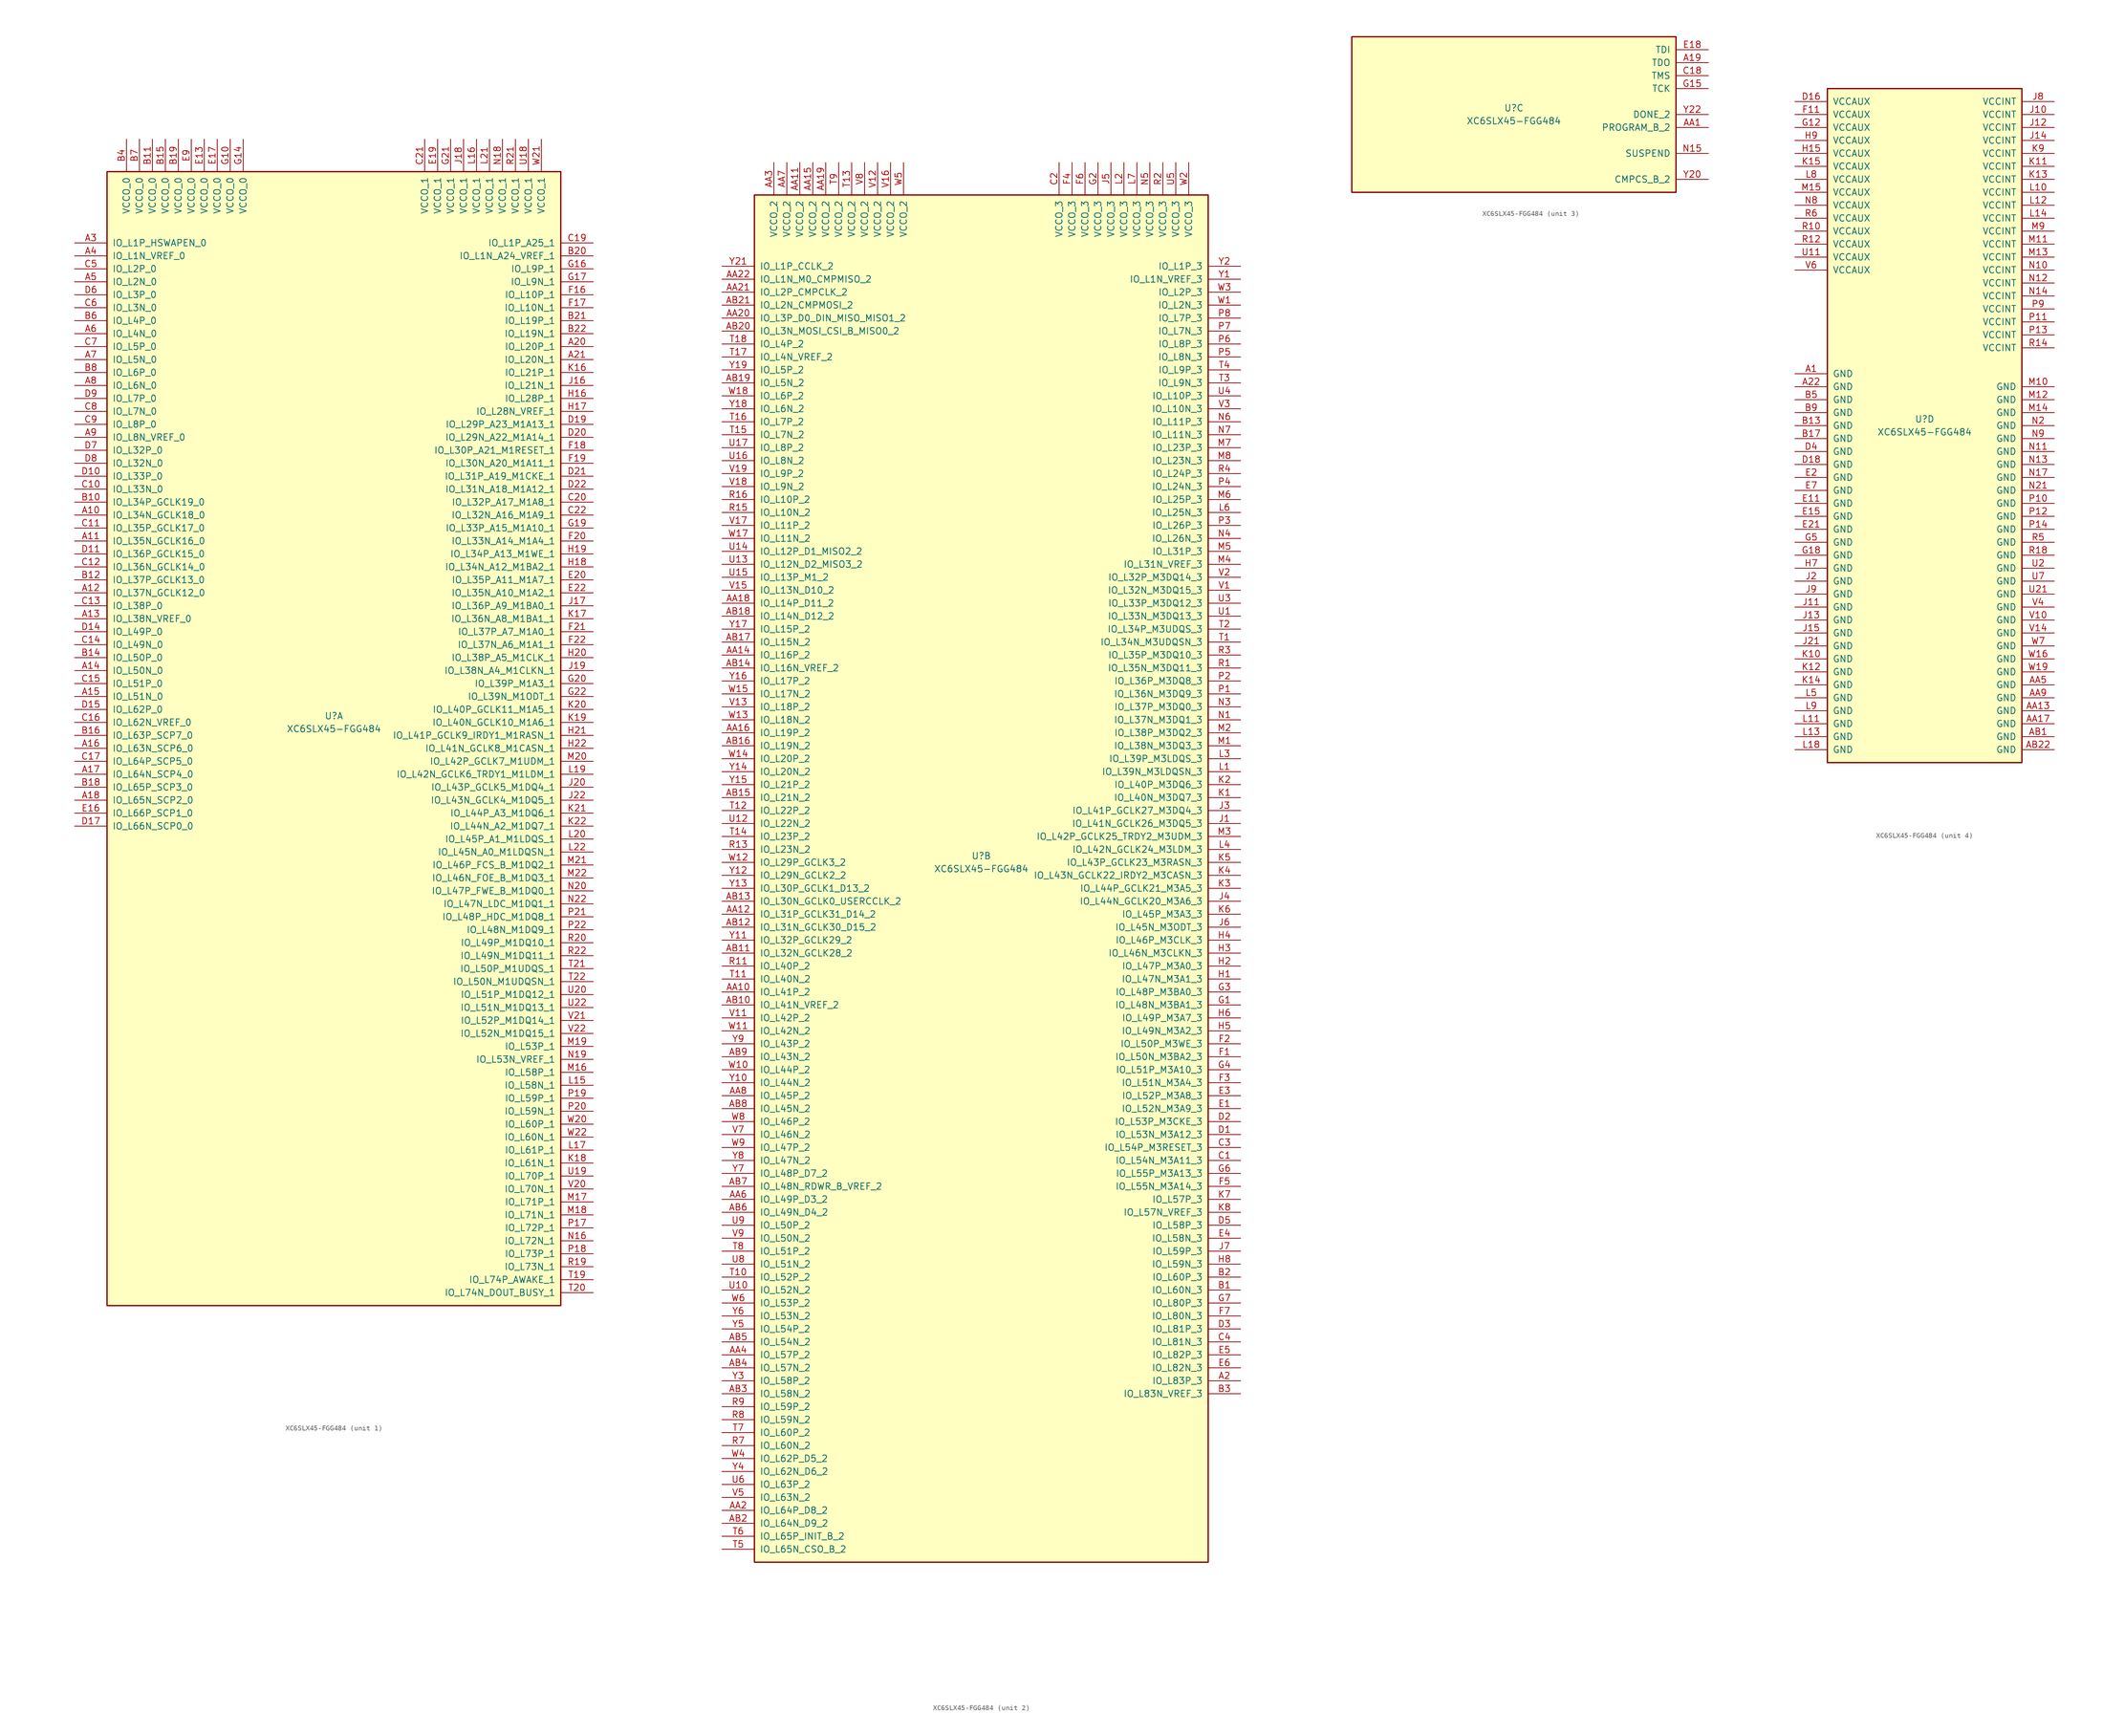
<source format=kicad_sym>
(kicad_symbol_lib
  (version 20211014)
  (generator kicad_symbol_editor)
  (symbol "XC6SLX45-FGG484"
    (pin_names
      (offset 1.016))
    (property "Reference" "U"
      (at 0 1.27 0)
      (effects (font (size 1.27 1.27))))
    (property "Value" "XC6SLX45-FGG484"
      (at 0 -1.27 0)
      (effects (font (size 1.27 1.27))))
    (property "Datasheet" ""
      (at 0 0 0)
      (effects (font (size 1.27 1.27))))
    (property "ki_locked" ""
      (at 0 0 0)
      (effects (font (size 1.27 1.27))))
    (symbol "XC6SLX45-FGG484_1_1"
      (rectangle (start -44.45 107.95) (end 44.45 -114.3) (stroke (width 0.254) (type default) (color 0 0 0 0)) (fill (type background)))
      (pin bidirectional line (at -50.8 40.64 0) (length 6.35) (name "IO_L34N_GCLK18_0" (effects (font (size 1.27 1.27)))) (number "A10" (effects (font (size 1.27 1.27)))))
      (pin bidirectional line (at -50.8 35.56 0) (length 6.35) (name "IO_L35N_GCLK16_0" (effects (font (size 1.27 1.27)))) (number "A11" (effects (font (size 1.27 1.27)))))
      (pin bidirectional line (at -50.8 25.4 0) (length 6.35) (name "IO_L37N_GCLK12_0" (effects (font (size 1.27 1.27)))) (number "A12" (effects (font (size 1.27 1.27)))))
      (pin bidirectional line (at -50.8 20.32 0) (length 6.35) (name "IO_L38N_VREF_0" (effects (font (size 1.27 1.27)))) (number "A13" (effects (font (size 1.27 1.27)))))
      (pin bidirectional line (at -50.8 10.16 0) (length 6.35) (name "IO_L50N_0" (effects (font (size 1.27 1.27)))) (number "A14" (effects (font (size 1.27 1.27)))))
      (pin bidirectional line (at -50.8 5.08 0) (length 6.35) (name "IO_L51N_0" (effects (font (size 1.27 1.27)))) (number "A15" (effects (font (size 1.27 1.27)))))
      (pin bidirectional line (at -50.8 -5.08 0) (length 6.35) (name "IO_L63N_SCP6_0" (effects (font (size 1.27 1.27)))) (number "A16" (effects (font (size 1.27 1.27)))))
      (pin bidirectional line (at -50.8 -10.16 0) (length 6.35) (name "IO_L64N_SCP4_0" (effects (font (size 1.27 1.27)))) (number "A17" (effects (font (size 1.27 1.27)))))
      (pin bidirectional line (at -50.8 -15.24 0) (length 6.35) (name "IO_L65N_SCP2_0" (effects (font (size 1.27 1.27)))) (number "A18" (effects (font (size 1.27 1.27)))))
      (pin bidirectional line (at 50.8 73.66 180) (length 6.35) (name "IO_L20P_1" (effects (font (size 1.27 1.27)))) (number "A20" (effects (font (size 1.27 1.27)))))
      (pin bidirectional line (at 50.8 71.12 180) (length 6.35) (name "IO_L20N_1" (effects (font (size 1.27 1.27)))) (number "A21" (effects (font (size 1.27 1.27)))))
      (pin bidirectional line (at -50.8 93.98 0) (length 6.35) (name "IO_L1P_HSWAPEN_0" (effects (font (size 1.27 1.27)))) (number "A3" (effects (font (size 1.27 1.27)))))
      (pin bidirectional line (at -50.8 91.44 0) (length 6.35) (name "IO_L1N_VREF_0" (effects (font (size 1.27 1.27)))) (number "A4" (effects (font (size 1.27 1.27)))))
      (pin bidirectional line (at -50.8 86.36 0) (length 6.35) (name "IO_L2N_0" (effects (font (size 1.27 1.27)))) (number "A5" (effects (font (size 1.27 1.27)))))
      (pin bidirectional line (at -50.8 76.2 0) (length 6.35) (name "IO_L4N_0" (effects (font (size 1.27 1.27)))) (number "A6" (effects (font (size 1.27 1.27)))))
      (pin bidirectional line (at -50.8 71.12 0) (length 6.35) (name "IO_L5N_0" (effects (font (size 1.27 1.27)))) (number "A7" (effects (font (size 1.27 1.27)))))
      (pin bidirectional line (at -50.8 66.04 0) (length 6.35) (name "IO_L6N_0" (effects (font (size 1.27 1.27)))) (number "A8" (effects (font (size 1.27 1.27)))))
      (pin bidirectional line (at -50.8 55.88 0) (length 6.35) (name "IO_L8N_VREF_0" (effects (font (size 1.27 1.27)))) (number "A9" (effects (font (size 1.27 1.27)))))
      (pin bidirectional line (at -50.8 43.18 0) (length 6.35) (name "IO_L34P_GCLK19_0" (effects (font (size 1.27 1.27)))) (number "B10" (effects (font (size 1.27 1.27)))))
      (pin power_in line (at -35.56 114.3 270) (length 6.35) (name "VCCO_0" (effects (font (size 1.27 1.27)))) (number "B11" (effects (font (size 1.27 1.27)))))
      (pin bidirectional line (at -50.8 27.94 0) (length 6.35) (name "IO_L37P_GCLK13_0" (effects (font (size 1.27 1.27)))) (number "B12" (effects (font (size 1.27 1.27)))))
      (pin bidirectional line (at -50.8 12.7 0) (length 6.35) (name "IO_L50P_0" (effects (font (size 1.27 1.27)))) (number "B14" (effects (font (size 1.27 1.27)))))
      (pin power_in line (at -33.02 114.3 270) (length 6.35) (name "VCCO_0" (effects (font (size 1.27 1.27)))) (number "B15" (effects (font (size 1.27 1.27)))))
      (pin bidirectional line (at -50.8 -2.54 0) (length 6.35) (name "IO_L63P_SCP7_0" (effects (font (size 1.27 1.27)))) (number "B16" (effects (font (size 1.27 1.27)))))
      (pin bidirectional line (at -50.8 -12.7 0) (length 6.35) (name "IO_L65P_SCP3_0" (effects (font (size 1.27 1.27)))) (number "B18" (effects (font (size 1.27 1.27)))))
      (pin power_in line (at -30.48 114.3 270) (length 6.35) (name "VCCO_0" (effects (font (size 1.27 1.27)))) (number "B19" (effects (font (size 1.27 1.27)))))
      (pin bidirectional line (at 50.8 91.44 180) (length 6.35) (name "IO_L1N_A24_VREF_1" (effects (font (size 1.27 1.27)))) (number "B20" (effects (font (size 1.27 1.27)))))
      (pin bidirectional line (at 50.8 78.74 180) (length 6.35) (name "IO_L19P_1" (effects (font (size 1.27 1.27)))) (number "B21" (effects (font (size 1.27 1.27)))))
      (pin bidirectional line (at 50.8 76.2 180) (length 6.35) (name "IO_L19N_1" (effects (font (size 1.27 1.27)))) (number "B22" (effects (font (size 1.27 1.27)))))
      (pin power_in line (at -40.64 114.3 270) (length 6.35) (name "VCCO_0" (effects (font (size 1.27 1.27)))) (number "B4" (effects (font (size 1.27 1.27)))))
      (pin bidirectional line (at -50.8 78.74 0) (length 6.35) (name "IO_L4P_0" (effects (font (size 1.27 1.27)))) (number "B6" (effects (font (size 1.27 1.27)))))
      (pin power_in line (at -38.1 114.3 270) (length 6.35) (name "VCCO_0" (effects (font (size 1.27 1.27)))) (number "B7" (effects (font (size 1.27 1.27)))))
      (pin bidirectional line (at -50.8 68.58 0) (length 6.35) (name "IO_L6P_0" (effects (font (size 1.27 1.27)))) (number "B8" (effects (font (size 1.27 1.27)))))
      (pin bidirectional line (at -50.8 45.72 0) (length 6.35) (name "IO_L33N_0" (effects (font (size 1.27 1.27)))) (number "C10" (effects (font (size 1.27 1.27)))))
      (pin bidirectional line (at -50.8 38.1 0) (length 6.35) (name "IO_L35P_GCLK17_0" (effects (font (size 1.27 1.27)))) (number "C11" (effects (font (size 1.27 1.27)))))
      (pin bidirectional line (at -50.8 30.48 0) (length 6.35) (name "IO_L36N_GCLK14_0" (effects (font (size 1.27 1.27)))) (number "C12" (effects (font (size 1.27 1.27)))))
      (pin bidirectional line (at -50.8 22.86 0) (length 6.35) (name "IO_L38P_0" (effects (font (size 1.27 1.27)))) (number "C13" (effects (font (size 1.27 1.27)))))
      (pin bidirectional line (at -50.8 15.24 0) (length 6.35) (name "IO_L49N_0" (effects (font (size 1.27 1.27)))) (number "C14" (effects (font (size 1.27 1.27)))))
      (pin bidirectional line (at -50.8 7.62 0) (length 6.35) (name "IO_L51P_0" (effects (font (size 1.27 1.27)))) (number "C15" (effects (font (size 1.27 1.27)))))
      (pin bidirectional line (at -50.8 0 0) (length 6.35) (name "IO_L62N_VREF_0" (effects (font (size 1.27 1.27)))) (number "C16" (effects (font (size 1.27 1.27)))))
      (pin bidirectional line (at -50.8 -7.62 0) (length 6.35) (name "IO_L64P_SCP5_0" (effects (font (size 1.27 1.27)))) (number "C17" (effects (font (size 1.27 1.27)))))
      (pin bidirectional line (at 50.8 93.98 180) (length 6.35) (name "IO_L1P_A25_1" (effects (font (size 1.27 1.27)))) (number "C19" (effects (font (size 1.27 1.27)))))
      (pin bidirectional line (at 50.8 43.18 180) (length 6.35) (name "IO_L32P_A17_M1A8_1" (effects (font (size 1.27 1.27)))) (number "C20" (effects (font (size 1.27 1.27)))))
      (pin power_in line (at 17.78 114.3 270) (length 6.35) (name "VCCO_1" (effects (font (size 1.27 1.27)))) (number "C21" (effects (font (size 1.27 1.27)))))
      (pin bidirectional line (at 50.8 40.64 180) (length 6.35) (name "IO_L32N_A16_M1A9_1" (effects (font (size 1.27 1.27)))) (number "C22" (effects (font (size 1.27 1.27)))))
      (pin bidirectional line (at -50.8 88.9 0) (length 6.35) (name "IO_L2P_0" (effects (font (size 1.27 1.27)))) (number "C5" (effects (font (size 1.27 1.27)))))
      (pin bidirectional line (at -50.8 81.28 0) (length 6.35) (name "IO_L3N_0" (effects (font (size 1.27 1.27)))) (number "C6" (effects (font (size 1.27 1.27)))))
      (pin bidirectional line (at -50.8 73.66 0) (length 6.35) (name "IO_L5P_0" (effects (font (size 1.27 1.27)))) (number "C7" (effects (font (size 1.27 1.27)))))
      (pin bidirectional line (at -50.8 60.96 0) (length 6.35) (name "IO_L7N_0" (effects (font (size 1.27 1.27)))) (number "C8" (effects (font (size 1.27 1.27)))))
      (pin bidirectional line (at -50.8 58.42 0) (length 6.35) (name "IO_L8P_0" (effects (font (size 1.27 1.27)))) (number "C9" (effects (font (size 1.27 1.27)))))
      (pin bidirectional line (at -50.8 48.26 0) (length 6.35) (name "IO_L33P_0" (effects (font (size 1.27 1.27)))) (number "D10" (effects (font (size 1.27 1.27)))))
      (pin bidirectional line (at -50.8 33.02 0) (length 6.35) (name "IO_L36P_GCLK15_0" (effects (font (size 1.27 1.27)))) (number "D11" (effects (font (size 1.27 1.27)))))
      (pin bidirectional line (at -50.8 17.78 0) (length 6.35) (name "IO_L49P_0" (effects (font (size 1.27 1.27)))) (number "D14" (effects (font (size 1.27 1.27)))))
      (pin bidirectional line (at -50.8 2.54 0) (length 6.35) (name "IO_L62P_0" (effects (font (size 1.27 1.27)))) (number "D15" (effects (font (size 1.27 1.27)))))
      (pin bidirectional line (at -50.8 -20.32 0) (length 6.35) (name "IO_L66N_SCP0_0" (effects (font (size 1.27 1.27)))) (number "D17" (effects (font (size 1.27 1.27)))))
      (pin bidirectional line (at 50.8 58.42 180) (length 6.35) (name "IO_L29P_A23_M1A13_1" (effects (font (size 1.27 1.27)))) (number "D19" (effects (font (size 1.27 1.27)))))
      (pin bidirectional line (at 50.8 55.88 180) (length 6.35) (name "IO_L29N_A22_M1A14_1" (effects (font (size 1.27 1.27)))) (number "D20" (effects (font (size 1.27 1.27)))))
      (pin bidirectional line (at 50.8 48.26 180) (length 6.35) (name "IO_L31P_A19_M1CKE_1" (effects (font (size 1.27 1.27)))) (number "D21" (effects (font (size 1.27 1.27)))))
      (pin bidirectional line (at 50.8 45.72 180) (length 6.35) (name "IO_L31N_A18_M1A12_1" (effects (font (size 1.27 1.27)))) (number "D22" (effects (font (size 1.27 1.27)))))
      (pin bidirectional line (at -50.8 83.82 0) (length 6.35) (name "IO_L3P_0" (effects (font (size 1.27 1.27)))) (number "D6" (effects (font (size 1.27 1.27)))))
      (pin bidirectional line (at -50.8 53.34 0) (length 6.35) (name "IO_L32P_0" (effects (font (size 1.27 1.27)))) (number "D7" (effects (font (size 1.27 1.27)))))
      (pin bidirectional line (at -50.8 50.8 0) (length 6.35) (name "IO_L32N_0" (effects (font (size 1.27 1.27)))) (number "D8" (effects (font (size 1.27 1.27)))))
      (pin bidirectional line (at -50.8 63.5 0) (length 6.35) (name "IO_L7P_0" (effects (font (size 1.27 1.27)))) (number "D9" (effects (font (size 1.27 1.27)))))
      (pin power_in line (at -25.4 114.3 270) (length 6.35) (name "VCCO_0" (effects (font (size 1.27 1.27)))) (number "E13" (effects (font (size 1.27 1.27)))))
      (pin bidirectional line (at -50.8 -17.78 0) (length 6.35) (name "IO_L66P_SCP1_0" (effects (font (size 1.27 1.27)))) (number "E16" (effects (font (size 1.27 1.27)))))
      (pin power_in line (at -22.86 114.3 270) (length 6.35) (name "VCCO_0" (effects (font (size 1.27 1.27)))) (number "E17" (effects (font (size 1.27 1.27)))))
      (pin power_in line (at 20.32 114.3 270) (length 6.35) (name "VCCO_1" (effects (font (size 1.27 1.27)))) (number "E19" (effects (font (size 1.27 1.27)))))
      (pin bidirectional line (at 50.8 27.94 180) (length 6.35) (name "IO_L35P_A11_M1A7_1" (effects (font (size 1.27 1.27)))) (number "E20" (effects (font (size 1.27 1.27)))))
      (pin bidirectional line (at 50.8 25.4 180) (length 6.35) (name "IO_L35N_A10_M1A2_1" (effects (font (size 1.27 1.27)))) (number "E22" (effects (font (size 1.27 1.27)))))
      (pin power_in line (at -27.94 114.3 270) (length 6.35) (name "VCCO_0" (effects (font (size 1.27 1.27)))) (number "E9" (effects (font (size 1.27 1.27)))))
      (pin bidirectional line (at 50.8 83.82 180) (length 6.35) (name "IO_L10P_1" (effects (font (size 1.27 1.27)))) (number "F16" (effects (font (size 1.27 1.27)))))
      (pin bidirectional line (at 50.8 81.28 180) (length 6.35) (name "IO_L10N_1" (effects (font (size 1.27 1.27)))) (number "F17" (effects (font (size 1.27 1.27)))))
      (pin bidirectional line (at 50.8 53.34 180) (length 6.35) (name "IO_L30P_A21_M1RESET_1" (effects (font (size 1.27 1.27)))) (number "F18" (effects (font (size 1.27 1.27)))))
      (pin bidirectional line (at 50.8 50.8 180) (length 6.35) (name "IO_L30N_A20_M1A11_1" (effects (font (size 1.27 1.27)))) (number "F19" (effects (font (size 1.27 1.27)))))
      (pin bidirectional line (at 50.8 35.56 180) (length 6.35) (name "IO_L33N_A14_M1A4_1" (effects (font (size 1.27 1.27)))) (number "F20" (effects (font (size 1.27 1.27)))))
      (pin bidirectional line (at 50.8 17.78 180) (length 6.35) (name "IO_L37P_A7_M1A0_1" (effects (font (size 1.27 1.27)))) (number "F21" (effects (font (size 1.27 1.27)))))
      (pin bidirectional line (at 50.8 15.24 180) (length 6.35) (name "IO_L37N_A6_M1A1_1" (effects (font (size 1.27 1.27)))) (number "F22" (effects (font (size 1.27 1.27)))))
      (pin power_in line (at -20.32 114.3 270) (length 6.35) (name "VCCO_0" (effects (font (size 1.27 1.27)))) (number "G10" (effects (font (size 1.27 1.27)))))
      (pin power_in line (at -17.78 114.3 270) (length 6.35) (name "VCCO_0" (effects (font (size 1.27 1.27)))) (number "G14" (effects (font (size 1.27 1.27)))))
      (pin bidirectional line (at 50.8 88.9 180) (length 6.35) (name "IO_L9P_1" (effects (font (size 1.27 1.27)))) (number "G16" (effects (font (size 1.27 1.27)))))
      (pin bidirectional line (at 50.8 86.36 180) (length 6.35) (name "IO_L9N_1" (effects (font (size 1.27 1.27)))) (number "G17" (effects (font (size 1.27 1.27)))))
      (pin bidirectional line (at 50.8 38.1 180) (length 6.35) (name "IO_L33P_A15_M1A10_1" (effects (font (size 1.27 1.27)))) (number "G19" (effects (font (size 1.27 1.27)))))
      (pin bidirectional line (at 50.8 7.62 180) (length 6.35) (name "IO_L39P_M1A3_1" (effects (font (size 1.27 1.27)))) (number "G20" (effects (font (size 1.27 1.27)))))
      (pin power_in line (at 22.86 114.3 270) (length 6.35) (name "VCCO_1" (effects (font (size 1.27 1.27)))) (number "G21" (effects (font (size 1.27 1.27)))))
      (pin bidirectional line (at 50.8 5.08 180) (length 6.35) (name "IO_L39N_M1ODT_1" (effects (font (size 1.27 1.27)))) (number "G22" (effects (font (size 1.27 1.27)))))
      (pin bidirectional line (at 50.8 63.5 180) (length 6.35) (name "IO_L28P_1" (effects (font (size 1.27 1.27)))) (number "H16" (effects (font (size 1.27 1.27)))))
      (pin bidirectional line (at 50.8 60.96 180) (length 6.35) (name "IO_L28N_VREF_1" (effects (font (size 1.27 1.27)))) (number "H17" (effects (font (size 1.27 1.27)))))
      (pin bidirectional line (at 50.8 30.48 180) (length 6.35) (name "IO_L34N_A12_M1BA2_1" (effects (font (size 1.27 1.27)))) (number "H18" (effects (font (size 1.27 1.27)))))
      (pin bidirectional line (at 50.8 33.02 180) (length 6.35) (name "IO_L34P_A13_M1WE_1" (effects (font (size 1.27 1.27)))) (number "H19" (effects (font (size 1.27 1.27)))))
      (pin bidirectional line (at 50.8 12.7 180) (length 6.35) (name "IO_L38P_A5_M1CLK_1" (effects (font (size 1.27 1.27)))) (number "H20" (effects (font (size 1.27 1.27)))))
      (pin bidirectional line (at 50.8 -2.54 180) (length 6.35) (name "IO_L41P_GCLK9_IRDY1_M1RASN_1" (effects (font (size 1.27 1.27)))) (number "H21" (effects (font (size 1.27 1.27)))))
      (pin bidirectional line (at 50.8 -5.08 180) (length 6.35) (name "IO_L41N_GCLK8_M1CASN_1" (effects (font (size 1.27 1.27)))) (number "H22" (effects (font (size 1.27 1.27)))))
      (pin bidirectional line (at 50.8 66.04 180) (length 6.35) (name "IO_L21N_1" (effects (font (size 1.27 1.27)))) (number "J16" (effects (font (size 1.27 1.27)))))
      (pin bidirectional line (at 50.8 22.86 180) (length 6.35) (name "IO_L36P_A9_M1BA0_1" (effects (font (size 1.27 1.27)))) (number "J17" (effects (font (size 1.27 1.27)))))
      (pin power_in line (at 25.4 114.3 270) (length 6.35) (name "VCCO_1" (effects (font (size 1.27 1.27)))) (number "J18" (effects (font (size 1.27 1.27)))))
      (pin bidirectional line (at 50.8 10.16 180) (length 6.35) (name "IO_L38N_A4_M1CLKN_1" (effects (font (size 1.27 1.27)))) (number "J19" (effects (font (size 1.27 1.27)))))
      (pin bidirectional line (at 50.8 -12.7 180) (length 6.35) (name "IO_L43P_GCLK5_M1DQ4_1" (effects (font (size 1.27 1.27)))) (number "J20" (effects (font (size 1.27 1.27)))))
      (pin bidirectional line (at 50.8 -15.24 180) (length 6.35) (name "IO_L43N_GCLK4_M1DQ5_1" (effects (font (size 1.27 1.27)))) (number "J22" (effects (font (size 1.27 1.27)))))
      (pin bidirectional line (at 50.8 68.58 180) (length 6.35) (name "IO_L21P_1" (effects (font (size 1.27 1.27)))) (number "K16" (effects (font (size 1.27 1.27)))))
      (pin bidirectional line (at 50.8 20.32 180) (length 6.35) (name "IO_L36N_A8_M1BA1_1" (effects (font (size 1.27 1.27)))) (number "K17" (effects (font (size 1.27 1.27)))))
      (pin bidirectional line (at 50.8 -86.36 180) (length 6.35) (name "IO_L61N_1" (effects (font (size 1.27 1.27)))) (number "K18" (effects (font (size 1.27 1.27)))))
      (pin bidirectional line (at 50.8 0 180) (length 6.35) (name "IO_L40N_GCLK10_M1A6_1" (effects (font (size 1.27 1.27)))) (number "K19" (effects (font (size 1.27 1.27)))))
      (pin bidirectional line (at 50.8 2.54 180) (length 6.35) (name "IO_L40P_GCLK11_M1A5_1" (effects (font (size 1.27 1.27)))) (number "K20" (effects (font (size 1.27 1.27)))))
      (pin bidirectional line (at 50.8 -17.78 180) (length 6.35) (name "IO_L44P_A3_M1DQ6_1" (effects (font (size 1.27 1.27)))) (number "K21" (effects (font (size 1.27 1.27)))))
      (pin bidirectional line (at 50.8 -20.32 180) (length 6.35) (name "IO_L44N_A2_M1DQ7_1" (effects (font (size 1.27 1.27)))) (number "K22" (effects (font (size 1.27 1.27)))))
      (pin bidirectional line (at 50.8 -71.12 180) (length 6.35) (name "IO_L58N_1" (effects (font (size 1.27 1.27)))) (number "L15" (effects (font (size 1.27 1.27)))))
      (pin power_in line (at 27.94 114.3 270) (length 6.35) (name "VCCO_1" (effects (font (size 1.27 1.27)))) (number "L16" (effects (font (size 1.27 1.27)))))
      (pin bidirectional line (at 50.8 -83.82 180) (length 6.35) (name "IO_L61P_1" (effects (font (size 1.27 1.27)))) (number "L17" (effects (font (size 1.27 1.27)))))
      (pin bidirectional line (at 50.8 -10.16 180) (length 6.35) (name "IO_L42N_GCLK6_TRDY1_M1LDM_1" (effects (font (size 1.27 1.27)))) (number "L19" (effects (font (size 1.27 1.27)))))
      (pin bidirectional line (at 50.8 -22.86 180) (length 6.35) (name "IO_L45P_A1_M1LDQS_1" (effects (font (size 1.27 1.27)))) (number "L20" (effects (font (size 1.27 1.27)))))
      (pin power_in line (at 30.48 114.3 270) (length 6.35) (name "VCCO_1" (effects (font (size 1.27 1.27)))) (number "L21" (effects (font (size 1.27 1.27)))))
      (pin bidirectional line (at 50.8 -25.4 180) (length 6.35) (name "IO_L45N_A0_M1LDQSN_1" (effects (font (size 1.27 1.27)))) (number "L22" (effects (font (size 1.27 1.27)))))
      (pin bidirectional line (at 50.8 -68.58 180) (length 6.35) (name "IO_L58P_1" (effects (font (size 1.27 1.27)))) (number "M16" (effects (font (size 1.27 1.27)))))
      (pin bidirectional line (at 50.8 -93.98 180) (length 6.35) (name "IO_L71P_1" (effects (font (size 1.27 1.27)))) (number "M17" (effects (font (size 1.27 1.27)))))
      (pin bidirectional line (at 50.8 -96.52 180) (length 6.35) (name "IO_L71N_1" (effects (font (size 1.27 1.27)))) (number "M18" (effects (font (size 1.27 1.27)))))
      (pin bidirectional line (at 50.8 -63.5 180) (length 6.35) (name "IO_L53P_1" (effects (font (size 1.27 1.27)))) (number "M19" (effects (font (size 1.27 1.27)))))
      (pin bidirectional line (at 50.8 -7.62 180) (length 6.35) (name "IO_L42P_GCLK7_M1UDM_1" (effects (font (size 1.27 1.27)))) (number "M20" (effects (font (size 1.27 1.27)))))
      (pin bidirectional line (at 50.8 -27.94 180) (length 6.35) (name "IO_L46P_FCS_B_M1DQ2_1" (effects (font (size 1.27 1.27)))) (number "M21" (effects (font (size 1.27 1.27)))))
      (pin bidirectional line (at 50.8 -30.48 180) (length 6.35) (name "IO_L46N_FOE_B_M1DQ3_1" (effects (font (size 1.27 1.27)))) (number "M22" (effects (font (size 1.27 1.27)))))
      (pin bidirectional line (at 50.8 -101.6 180) (length 6.35) (name "IO_L72N_1" (effects (font (size 1.27 1.27)))) (number "N16" (effects (font (size 1.27 1.27)))))
      (pin power_in line (at 33.02 114.3 270) (length 6.35) (name "VCCO_1" (effects (font (size 1.27 1.27)))) (number "N18" (effects (font (size 1.27 1.27)))))
      (pin bidirectional line (at 50.8 -66.04 180) (length 6.35) (name "IO_L53N_VREF_1" (effects (font (size 1.27 1.27)))) (number "N19" (effects (font (size 1.27 1.27)))))
      (pin bidirectional line (at 50.8 -33.02 180) (length 6.35) (name "IO_L47P_FWE_B_M1DQ0_1" (effects (font (size 1.27 1.27)))) (number "N20" (effects (font (size 1.27 1.27)))))
      (pin bidirectional line (at 50.8 -35.56 180) (length 6.35) (name "IO_L47N_LDC_M1DQ1_1" (effects (font (size 1.27 1.27)))) (number "N22" (effects (font (size 1.27 1.27)))))
      (pin bidirectional line (at 50.8 -99.06 180) (length 6.35) (name "IO_L72P_1" (effects (font (size 1.27 1.27)))) (number "P17" (effects (font (size 1.27 1.27)))))
      (pin bidirectional line (at 50.8 -104.14 180) (length 6.35) (name "IO_L73P_1" (effects (font (size 1.27 1.27)))) (number "P18" (effects (font (size 1.27 1.27)))))
      (pin bidirectional line (at 50.8 -73.66 180) (length 6.35) (name "IO_L59P_1" (effects (font (size 1.27 1.27)))) (number "P19" (effects (font (size 1.27 1.27)))))
      (pin bidirectional line (at 50.8 -76.2 180) (length 6.35) (name "IO_L59N_1" (effects (font (size 1.27 1.27)))) (number "P20" (effects (font (size 1.27 1.27)))))
      (pin bidirectional line (at 50.8 -38.1 180) (length 6.35) (name "IO_L48P_HDC_M1DQ8_1" (effects (font (size 1.27 1.27)))) (number "P21" (effects (font (size 1.27 1.27)))))
      (pin bidirectional line (at 50.8 -40.64 180) (length 6.35) (name "IO_L48N_M1DQ9_1" (effects (font (size 1.27 1.27)))) (number "P22" (effects (font (size 1.27 1.27)))))
      (pin bidirectional line (at 50.8 -106.68 180) (length 6.35) (name "IO_L73N_1" (effects (font (size 1.27 1.27)))) (number "R19" (effects (font (size 1.27 1.27)))))
      (pin bidirectional line (at 50.8 -43.18 180) (length 6.35) (name "IO_L49P_M1DQ10_1" (effects (font (size 1.27 1.27)))) (number "R20" (effects (font (size 1.27 1.27)))))
      (pin power_in line (at 35.56 114.3 270) (length 6.35) (name "VCCO_1" (effects (font (size 1.27 1.27)))) (number "R21" (effects (font (size 1.27 1.27)))))
      (pin bidirectional line (at 50.8 -45.72 180) (length 6.35) (name "IO_L49N_M1DQ11_1" (effects (font (size 1.27 1.27)))) (number "R22" (effects (font (size 1.27 1.27)))))
      (pin bidirectional line (at 50.8 -109.22 180) (length 6.35) (name "IO_L74P_AWAKE_1" (effects (font (size 1.27 1.27)))) (number "T19" (effects (font (size 1.27 1.27)))))
      (pin bidirectional line (at 50.8 -111.76 180) (length 6.35) (name "IO_L74N_DOUT_BUSY_1" (effects (font (size 1.27 1.27)))) (number "T20" (effects (font (size 1.27 1.27)))))
      (pin bidirectional line (at 50.8 -48.26 180) (length 6.35) (name "IO_L50P_M1UDQS_1" (effects (font (size 1.27 1.27)))) (number "T21" (effects (font (size 1.27 1.27)))))
      (pin bidirectional line (at 50.8 -50.8 180) (length 6.35) (name "IO_L50N_M1UDQSN_1" (effects (font (size 1.27 1.27)))) (number "T22" (effects (font (size 1.27 1.27)))))
      (pin power_in line (at 38.1 114.3 270) (length 6.35) (name "VCCO_1" (effects (font (size 1.27 1.27)))) (number "U18" (effects (font (size 1.27 1.27)))))
      (pin bidirectional line (at 50.8 -88.9 180) (length 6.35) (name "IO_L70P_1" (effects (font (size 1.27 1.27)))) (number "U19" (effects (font (size 1.27 1.27)))))
      (pin bidirectional line (at 50.8 -53.34 180) (length 6.35) (name "IO_L51P_M1DQ12_1" (effects (font (size 1.27 1.27)))) (number "U20" (effects (font (size 1.27 1.27)))))
      (pin bidirectional line (at 50.8 -55.88 180) (length 6.35) (name "IO_L51N_M1DQ13_1" (effects (font (size 1.27 1.27)))) (number "U22" (effects (font (size 1.27 1.27)))))
      (pin bidirectional line (at 50.8 -91.44 180) (length 6.35) (name "IO_L70N_1" (effects (font (size 1.27 1.27)))) (number "V20" (effects (font (size 1.27 1.27)))))
      (pin bidirectional line (at 50.8 -58.42 180) (length 6.35) (name "IO_L52P_M1DQ14_1" (effects (font (size 1.27 1.27)))) (number "V21" (effects (font (size 1.27 1.27)))))
      (pin bidirectional line (at 50.8 -60.96 180) (length 6.35) (name "IO_L52N_M1DQ15_1" (effects (font (size 1.27 1.27)))) (number "V22" (effects (font (size 1.27 1.27)))))
      (pin bidirectional line (at 50.8 -78.74 180) (length 6.35) (name "IO_L60P_1" (effects (font (size 1.27 1.27)))) (number "W20" (effects (font (size 1.27 1.27)))))
      (pin power_in line (at 40.64 114.3 270) (length 6.35) (name "VCCO_1" (effects (font (size 1.27 1.27)))) (number "W21" (effects (font (size 1.27 1.27)))))
      (pin bidirectional line (at 50.8 -81.28 180) (length 6.35) (name "IO_L60N_1" (effects (font (size 1.27 1.27)))) (number "W22" (effects (font (size 1.27 1.27))))))
    (symbol "XC6SLX45-FGG484_2_1"
      (rectangle (start -44.45 130.81) (end 44.45 -137.16) (stroke (width 0.254) (type default) (color 0 0 0 0)) (fill (type background)))
      (pin bidirectional line (at 50.8 -101.6 180) (length 6.35) (name "IO_L83P_3" (effects (font (size 1.27 1.27)))) (number "A2" (effects (font (size 1.27 1.27)))))
      (pin bidirectional line (at -50.8 -25.4 0) (length 6.35) (name "IO_L41P_2" (effects (font (size 1.27 1.27)))) (number "AA10" (effects (font (size 1.27 1.27)))))
      (pin power_in line (at -35.56 137.16 270) (length 6.35) (name "VCCO_2" (effects (font (size 1.27 1.27)))) (number "AA11" (effects (font (size 1.27 1.27)))))
      (pin bidirectional line (at -50.8 -10.16 0) (length 6.35) (name "IO_L31P_GCLK31_D14_2" (effects (font (size 1.27 1.27)))) (number "AA12" (effects (font (size 1.27 1.27)))))
      (pin bidirectional line (at -50.8 40.64 0) (length 6.35) (name "IO_L16P_2" (effects (font (size 1.27 1.27)))) (number "AA14" (effects (font (size 1.27 1.27)))))
      (pin power_in line (at -33.02 137.16 270) (length 6.35) (name "VCCO_2" (effects (font (size 1.27 1.27)))) (number "AA15" (effects (font (size 1.27 1.27)))))
      (pin bidirectional line (at -50.8 25.4 0) (length 6.35) (name "IO_L19P_2" (effects (font (size 1.27 1.27)))) (number "AA16" (effects (font (size 1.27 1.27)))))
      (pin bidirectional line (at -50.8 50.8 0) (length 6.35) (name "IO_L14P_D11_2" (effects (font (size 1.27 1.27)))) (number "AA18" (effects (font (size 1.27 1.27)))))
      (pin power_in line (at -30.48 137.16 270) (length 6.35) (name "VCCO_2" (effects (font (size 1.27 1.27)))) (number "AA19" (effects (font (size 1.27 1.27)))))
      (pin bidirectional line (at -50.8 -127 0) (length 6.35) (name "IO_L64P_D8_2" (effects (font (size 1.27 1.27)))) (number "AA2" (effects (font (size 1.27 1.27)))))
      (pin bidirectional line (at -50.8 106.68 0) (length 6.35) (name "IO_L3P_D0_DIN_MISO_MISO1_2" (effects (font (size 1.27 1.27)))) (number "AA20" (effects (font (size 1.27 1.27)))))
      (pin bidirectional line (at -50.8 111.76 0) (length 6.35) (name "IO_L2P_CMPCLK_2" (effects (font (size 1.27 1.27)))) (number "AA21" (effects (font (size 1.27 1.27)))))
      (pin bidirectional line (at -50.8 114.3 0) (length 6.35) (name "IO_L1N_M0_CMPMISO_2" (effects (font (size 1.27 1.27)))) (number "AA22" (effects (font (size 1.27 1.27)))))
      (pin power_in line (at -40.64 137.16 270) (length 6.35) (name "VCCO_2" (effects (font (size 1.27 1.27)))) (number "AA3" (effects (font (size 1.27 1.27)))))
      (pin bidirectional line (at -50.8 -96.52 0) (length 6.35) (name "IO_L57P_2" (effects (font (size 1.27 1.27)))) (number "AA4" (effects (font (size 1.27 1.27)))))
      (pin bidirectional line (at -50.8 -66.04 0) (length 6.35) (name "IO_L49P_D3_2" (effects (font (size 1.27 1.27)))) (number "AA6" (effects (font (size 1.27 1.27)))))
      (pin power_in line (at -38.1 137.16 270) (length 6.35) (name "VCCO_2" (effects (font (size 1.27 1.27)))) (number "AA7" (effects (font (size 1.27 1.27)))))
      (pin bidirectional line (at -50.8 -45.72 0) (length 6.35) (name "IO_L45P_2" (effects (font (size 1.27 1.27)))) (number "AA8" (effects (font (size 1.27 1.27)))))
      (pin bidirectional line (at -50.8 -27.94 0) (length 6.35) (name "IO_L41N_VREF_2" (effects (font (size 1.27 1.27)))) (number "AB10" (effects (font (size 1.27 1.27)))))
      (pin bidirectional line (at -50.8 -17.78 0) (length 6.35) (name "IO_L32N_GCLK28_2" (effects (font (size 1.27 1.27)))) (number "AB11" (effects (font (size 1.27 1.27)))))
      (pin bidirectional line (at -50.8 -12.7 0) (length 6.35) (name "IO_L31N_GCLK30_D15_2" (effects (font (size 1.27 1.27)))) (number "AB12" (effects (font (size 1.27 1.27)))))
      (pin bidirectional line (at -50.8 -7.62 0) (length 6.35) (name "IO_L30N_GCLK0_USERCCLK_2" (effects (font (size 1.27 1.27)))) (number "AB13" (effects (font (size 1.27 1.27)))))
      (pin bidirectional line (at -50.8 38.1 0) (length 6.35) (name "IO_L16N_VREF_2" (effects (font (size 1.27 1.27)))) (number "AB14" (effects (font (size 1.27 1.27)))))
      (pin bidirectional line (at -50.8 12.7 0) (length 6.35) (name "IO_L21N_2" (effects (font (size 1.27 1.27)))) (number "AB15" (effects (font (size 1.27 1.27)))))
      (pin bidirectional line (at -50.8 22.86 0) (length 6.35) (name "IO_L19N_2" (effects (font (size 1.27 1.27)))) (number "AB16" (effects (font (size 1.27 1.27)))))
      (pin bidirectional line (at -50.8 43.18 0) (length 6.35) (name "IO_L15N_2" (effects (font (size 1.27 1.27)))) (number "AB17" (effects (font (size 1.27 1.27)))))
      (pin bidirectional line (at -50.8 48.26 0) (length 6.35) (name "IO_L14N_D12_2" (effects (font (size 1.27 1.27)))) (number "AB18" (effects (font (size 1.27 1.27)))))
      (pin bidirectional line (at -50.8 93.98 0) (length 6.35) (name "IO_L5N_2" (effects (font (size 1.27 1.27)))) (number "AB19" (effects (font (size 1.27 1.27)))))
      (pin bidirectional line (at -50.8 -129.54 0) (length 6.35) (name "IO_L64N_D9_2" (effects (font (size 1.27 1.27)))) (number "AB2" (effects (font (size 1.27 1.27)))))
      (pin bidirectional line (at -50.8 104.14 0) (length 6.35) (name "IO_L3N_MOSI_CSI_B_MISO0_2" (effects (font (size 1.27 1.27)))) (number "AB20" (effects (font (size 1.27 1.27)))))
      (pin bidirectional line (at -50.8 109.22 0) (length 6.35) (name "IO_L2N_CMPMOSI_2" (effects (font (size 1.27 1.27)))) (number "AB21" (effects (font (size 1.27 1.27)))))
      (pin bidirectional line (at -50.8 -104.14 0) (length 6.35) (name "IO_L58N_2" (effects (font (size 1.27 1.27)))) (number "AB3" (effects (font (size 1.27 1.27)))))
      (pin bidirectional line (at -50.8 -99.06 0) (length 6.35) (name "IO_L57N_2" (effects (font (size 1.27 1.27)))) (number "AB4" (effects (font (size 1.27 1.27)))))
      (pin bidirectional line (at -50.8 -93.98 0) (length 6.35) (name "IO_L54N_2" (effects (font (size 1.27 1.27)))) (number "AB5" (effects (font (size 1.27 1.27)))))
      (pin bidirectional line (at -50.8 -68.58 0) (length 6.35) (name "IO_L49N_D4_2" (effects (font (size 1.27 1.27)))) (number "AB6" (effects (font (size 1.27 1.27)))))
      (pin bidirectional line (at -50.8 -63.5 0) (length 6.35) (name "IO_L48N_RDWR_B_VREF_2" (effects (font (size 1.27 1.27)))) (number "AB7" (effects (font (size 1.27 1.27)))))
      (pin bidirectional line (at -50.8 -48.26 0) (length 6.35) (name "IO_L45N_2" (effects (font (size 1.27 1.27)))) (number "AB8" (effects (font (size 1.27 1.27)))))
      (pin bidirectional line (at -50.8 -38.1 0) (length 6.35) (name "IO_L43N_2" (effects (font (size 1.27 1.27)))) (number "AB9" (effects (font (size 1.27 1.27)))))
      (pin bidirectional line (at 50.8 -83.82 180) (length 6.35) (name "IO_L60N_3" (effects (font (size 1.27 1.27)))) (number "B1" (effects (font (size 1.27 1.27)))))
      (pin bidirectional line (at 50.8 -81.28 180) (length 6.35) (name "IO_L60P_3" (effects (font (size 1.27 1.27)))) (number "B2" (effects (font (size 1.27 1.27)))))
      (pin bidirectional line (at 50.8 -104.14 180) (length 6.35) (name "IO_L83N_VREF_3" (effects (font (size 1.27 1.27)))) (number "B3" (effects (font (size 1.27 1.27)))))
      (pin bidirectional line (at 50.8 -58.42 180) (length 6.35) (name "IO_L54N_M3A11_3" (effects (font (size 1.27 1.27)))) (number "C1" (effects (font (size 1.27 1.27)))))
      (pin power_in line (at 15.24 137.16 270) (length 6.35) (name "VCCO_3" (effects (font (size 1.27 1.27)))) (number "C2" (effects (font (size 1.27 1.27)))))
      (pin bidirectional line (at 50.8 -55.88 180) (length 6.35) (name "IO_L54P_M3RESET_3" (effects (font (size 1.27 1.27)))) (number "C3" (effects (font (size 1.27 1.27)))))
      (pin bidirectional line (at 50.8 -93.98 180) (length 6.35) (name "IO_L81N_3" (effects (font (size 1.27 1.27)))) (number "C4" (effects (font (size 1.27 1.27)))))
      (pin bidirectional line (at 50.8 -53.34 180) (length 6.35) (name "IO_L53N_M3A12_3" (effects (font (size 1.27 1.27)))) (number "D1" (effects (font (size 1.27 1.27)))))
      (pin bidirectional line (at 50.8 -50.8 180) (length 6.35) (name "IO_L53P_M3CKE_3" (effects (font (size 1.27 1.27)))) (number "D2" (effects (font (size 1.27 1.27)))))
      (pin bidirectional line (at 50.8 -91.44 180) (length 6.35) (name "IO_L81P_3" (effects (font (size 1.27 1.27)))) (number "D3" (effects (font (size 1.27 1.27)))))
      (pin bidirectional line (at 50.8 -71.12 180) (length 6.35) (name "IO_L58P_3" (effects (font (size 1.27 1.27)))) (number "D5" (effects (font (size 1.27 1.27)))))
      (pin bidirectional line (at 50.8 -48.26 180) (length 6.35) (name "IO_L52N_M3A9_3" (effects (font (size 1.27 1.27)))) (number "E1" (effects (font (size 1.27 1.27)))))
      (pin bidirectional line (at 50.8 -45.72 180) (length 6.35) (name "IO_L52P_M3A8_3" (effects (font (size 1.27 1.27)))) (number "E3" (effects (font (size 1.27 1.27)))))
      (pin bidirectional line (at 50.8 -73.66 180) (length 6.35) (name "IO_L58N_3" (effects (font (size 1.27 1.27)))) (number "E4" (effects (font (size 1.27 1.27)))))
      (pin bidirectional line (at 50.8 -96.52 180) (length 6.35) (name "IO_L82P_3" (effects (font (size 1.27 1.27)))) (number "E5" (effects (font (size 1.27 1.27)))))
      (pin bidirectional line (at 50.8 -99.06 180) (length 6.35) (name "IO_L82N_3" (effects (font (size 1.27 1.27)))) (number "E6" (effects (font (size 1.27 1.27)))))
      (pin bidirectional line (at 50.8 -38.1 180) (length 6.35) (name "IO_L50N_M3BA2_3" (effects (font (size 1.27 1.27)))) (number "F1" (effects (font (size 1.27 1.27)))))
      (pin bidirectional line (at 50.8 -35.56 180) (length 6.35) (name "IO_L50P_M3WE_3" (effects (font (size 1.27 1.27)))) (number "F2" (effects (font (size 1.27 1.27)))))
      (pin bidirectional line (at 50.8 -43.18 180) (length 6.35) (name "IO_L51N_M3A4_3" (effects (font (size 1.27 1.27)))) (number "F3" (effects (font (size 1.27 1.27)))))
      (pin power_in line (at 17.78 137.16 270) (length 6.35) (name "VCCO_3" (effects (font (size 1.27 1.27)))) (number "F4" (effects (font (size 1.27 1.27)))))
      (pin bidirectional line (at 50.8 -63.5 180) (length 6.35) (name "IO_L55N_M3A14_3" (effects (font (size 1.27 1.27)))) (number "F5" (effects (font (size 1.27 1.27)))))
      (pin power_in line (at 20.32 137.16 270) (length 6.35) (name "VCCO_3" (effects (font (size 1.27 1.27)))) (number "F6" (effects (font (size 1.27 1.27)))))
      (pin bidirectional line (at 50.8 -88.9 180) (length 6.35) (name "IO_L80N_3" (effects (font (size 1.27 1.27)))) (number "F7" (effects (font (size 1.27 1.27)))))
      (pin bidirectional line (at 50.8 -27.94 180) (length 6.35) (name "IO_L48N_M3BA1_3" (effects (font (size 1.27 1.27)))) (number "G1" (effects (font (size 1.27 1.27)))))
      (pin power_in line (at 22.86 137.16 270) (length 6.35) (name "VCCO_3" (effects (font (size 1.27 1.27)))) (number "G2" (effects (font (size 1.27 1.27)))))
      (pin bidirectional line (at 50.8 -25.4 180) (length 6.35) (name "IO_L48P_M3BA0_3" (effects (font (size 1.27 1.27)))) (number "G3" (effects (font (size 1.27 1.27)))))
      (pin bidirectional line (at 50.8 -40.64 180) (length 6.35) (name "IO_L51P_M3A10_3" (effects (font (size 1.27 1.27)))) (number "G4" (effects (font (size 1.27 1.27)))))
      (pin bidirectional line (at 50.8 -60.96 180) (length 6.35) (name "IO_L55P_M3A13_3" (effects (font (size 1.27 1.27)))) (number "G6" (effects (font (size 1.27 1.27)))))
      (pin bidirectional line (at 50.8 -86.36 180) (length 6.35) (name "IO_L80P_3" (effects (font (size 1.27 1.27)))) (number "G7" (effects (font (size 1.27 1.27)))))
      (pin bidirectional line (at 50.8 -22.86 180) (length 6.35) (name "IO_L47N_M3A1_3" (effects (font (size 1.27 1.27)))) (number "H1" (effects (font (size 1.27 1.27)))))
      (pin bidirectional line (at 50.8 -20.32 180) (length 6.35) (name "IO_L47P_M3A0_3" (effects (font (size 1.27 1.27)))) (number "H2" (effects (font (size 1.27 1.27)))))
      (pin bidirectional line (at 50.8 -17.78 180) (length 6.35) (name "IO_L46N_M3CLKN_3" (effects (font (size 1.27 1.27)))) (number "H3" (effects (font (size 1.27 1.27)))))
      (pin bidirectional line (at 50.8 -15.24 180) (length 6.35) (name "IO_L46P_M3CLK_3" (effects (font (size 1.27 1.27)))) (number "H4" (effects (font (size 1.27 1.27)))))
      (pin bidirectional line (at 50.8 -33.02 180) (length 6.35) (name "IO_L49N_M3A2_3" (effects (font (size 1.27 1.27)))) (number "H5" (effects (font (size 1.27 1.27)))))
      (pin bidirectional line (at 50.8 -30.48 180) (length 6.35) (name "IO_L49P_M3A7_3" (effects (font (size 1.27 1.27)))) (number "H6" (effects (font (size 1.27 1.27)))))
      (pin bidirectional line (at 50.8 -78.74 180) (length 6.35) (name "IO_L59N_3" (effects (font (size 1.27 1.27)))) (number "H8" (effects (font (size 1.27 1.27)))))
      (pin bidirectional line (at 50.8 7.62 180) (length 6.35) (name "IO_L41N_GCLK26_M3DQ5_3" (effects (font (size 1.27 1.27)))) (number "J1" (effects (font (size 1.27 1.27)))))
      (pin bidirectional line (at 50.8 10.16 180) (length 6.35) (name "IO_L41P_GCLK27_M3DQ4_3" (effects (font (size 1.27 1.27)))) (number "J3" (effects (font (size 1.27 1.27)))))
      (pin bidirectional line (at 50.8 -7.62 180) (length 6.35) (name "IO_L44N_GCLK20_M3A6_3" (effects (font (size 1.27 1.27)))) (number "J4" (effects (font (size 1.27 1.27)))))
      (pin power_in line (at 25.4 137.16 270) (length 6.35) (name "VCCO_3" (effects (font (size 1.27 1.27)))) (number "J5" (effects (font (size 1.27 1.27)))))
      (pin bidirectional line (at 50.8 -12.7 180) (length 6.35) (name "IO_L45N_M3ODT_3" (effects (font (size 1.27 1.27)))) (number "J6" (effects (font (size 1.27 1.27)))))
      (pin bidirectional line (at 50.8 -76.2 180) (length 6.35) (name "IO_L59P_3" (effects (font (size 1.27 1.27)))) (number "J7" (effects (font (size 1.27 1.27)))))
      (pin bidirectional line (at 50.8 12.7 180) (length 6.35) (name "IO_L40N_M3DQ7_3" (effects (font (size 1.27 1.27)))) (number "K1" (effects (font (size 1.27 1.27)))))
      (pin bidirectional line (at 50.8 15.24 180) (length 6.35) (name "IO_L40P_M3DQ6_3" (effects (font (size 1.27 1.27)))) (number "K2" (effects (font (size 1.27 1.27)))))
      (pin bidirectional line (at 50.8 -5.08 180) (length 6.35) (name "IO_L44P_GCLK21_M3A5_3" (effects (font (size 1.27 1.27)))) (number "K3" (effects (font (size 1.27 1.27)))))
      (pin bidirectional line (at 50.8 -2.54 180) (length 6.35) (name "IO_L43N_GCLK22_IRDY2_M3CASN_3" (effects (font (size 1.27 1.27)))) (number "K4" (effects (font (size 1.27 1.27)))))
      (pin bidirectional line (at 50.8 0 180) (length 6.35) (name "IO_L43P_GCLK23_M3RASN_3" (effects (font (size 1.27 1.27)))) (number "K5" (effects (font (size 1.27 1.27)))))
      (pin bidirectional line (at 50.8 -10.16 180) (length 6.35) (name "IO_L45P_M3A3_3" (effects (font (size 1.27 1.27)))) (number "K6" (effects (font (size 1.27 1.27)))))
      (pin bidirectional line (at 50.8 -66.04 180) (length 6.35) (name "IO_L57P_3" (effects (font (size 1.27 1.27)))) (number "K7" (effects (font (size 1.27 1.27)))))
      (pin bidirectional line (at 50.8 -68.58 180) (length 6.35) (name "IO_L57N_VREF_3" (effects (font (size 1.27 1.27)))) (number "K8" (effects (font (size 1.27 1.27)))))
      (pin bidirectional line (at 50.8 17.78 180) (length 6.35) (name "IO_L39N_M3LDQSN_3" (effects (font (size 1.27 1.27)))) (number "L1" (effects (font (size 1.27 1.27)))))
      (pin power_in line (at 27.94 137.16 270) (length 6.35) (name "VCCO_3" (effects (font (size 1.27 1.27)))) (number "L2" (effects (font (size 1.27 1.27)))))
      (pin bidirectional line (at 50.8 20.32 180) (length 6.35) (name "IO_L39P_M3LDQS_3" (effects (font (size 1.27 1.27)))) (number "L3" (effects (font (size 1.27 1.27)))))
      (pin bidirectional line (at 50.8 2.54 180) (length 6.35) (name "IO_L42N_GCLK24_M3LDM_3" (effects (font (size 1.27 1.27)))) (number "L4" (effects (font (size 1.27 1.27)))))
      (pin bidirectional line (at 50.8 68.58 180) (length 6.35) (name "IO_L25N_3" (effects (font (size 1.27 1.27)))) (number "L6" (effects (font (size 1.27 1.27)))))
      (pin power_in line (at 30.48 137.16 270) (length 6.35) (name "VCCO_3" (effects (font (size 1.27 1.27)))) (number "L7" (effects (font (size 1.27 1.27)))))
      (pin bidirectional line (at 50.8 22.86 180) (length 6.35) (name "IO_L38N_M3DQ3_3" (effects (font (size 1.27 1.27)))) (number "M1" (effects (font (size 1.27 1.27)))))
      (pin bidirectional line (at 50.8 25.4 180) (length 6.35) (name "IO_L38P_M3DQ2_3" (effects (font (size 1.27 1.27)))) (number "M2" (effects (font (size 1.27 1.27)))))
      (pin bidirectional line (at 50.8 5.08 180) (length 6.35) (name "IO_L42P_GCLK25_TRDY2_M3UDM_3" (effects (font (size 1.27 1.27)))) (number "M3" (effects (font (size 1.27 1.27)))))
      (pin bidirectional line (at 50.8 58.42 180) (length 6.35) (name "IO_L31N_VREF_3" (effects (font (size 1.27 1.27)))) (number "M4" (effects (font (size 1.27 1.27)))))
      (pin bidirectional line (at 50.8 60.96 180) (length 6.35) (name "IO_L31P_3" (effects (font (size 1.27 1.27)))) (number "M5" (effects (font (size 1.27 1.27)))))
      (pin bidirectional line (at 50.8 71.12 180) (length 6.35) (name "IO_L25P_3" (effects (font (size 1.27 1.27)))) (number "M6" (effects (font (size 1.27 1.27)))))
      (pin bidirectional line (at 50.8 81.28 180) (length 6.35) (name "IO_L23P_3" (effects (font (size 1.27 1.27)))) (number "M7" (effects (font (size 1.27 1.27)))))
      (pin bidirectional line (at 50.8 78.74 180) (length 6.35) (name "IO_L23N_3" (effects (font (size 1.27 1.27)))) (number "M8" (effects (font (size 1.27 1.27)))))
      (pin bidirectional line (at 50.8 27.94 180) (length 6.35) (name "IO_L37N_M3DQ1_3" (effects (font (size 1.27 1.27)))) (number "N1" (effects (font (size 1.27 1.27)))))
      (pin bidirectional line (at 50.8 30.48 180) (length 6.35) (name "IO_L37P_M3DQ0_3" (effects (font (size 1.27 1.27)))) (number "N3" (effects (font (size 1.27 1.27)))))
      (pin bidirectional line (at 50.8 63.5 180) (length 6.35) (name "IO_L26N_3" (effects (font (size 1.27 1.27)))) (number "N4" (effects (font (size 1.27 1.27)))))
      (pin power_in line (at 33.02 137.16 270) (length 6.35) (name "VCCO_3" (effects (font (size 1.27 1.27)))) (number "N5" (effects (font (size 1.27 1.27)))))
      (pin bidirectional line (at 50.8 86.36 180) (length 6.35) (name "IO_L11P_3" (effects (font (size 1.27 1.27)))) (number "N6" (effects (font (size 1.27 1.27)))))
      (pin bidirectional line (at 50.8 83.82 180) (length 6.35) (name "IO_L11N_3" (effects (font (size 1.27 1.27)))) (number "N7" (effects (font (size 1.27 1.27)))))
      (pin bidirectional line (at 50.8 33.02 180) (length 6.35) (name "IO_L36N_M3DQ9_3" (effects (font (size 1.27 1.27)))) (number "P1" (effects (font (size 1.27 1.27)))))
      (pin bidirectional line (at 50.8 35.56 180) (length 6.35) (name "IO_L36P_M3DQ8_3" (effects (font (size 1.27 1.27)))) (number "P2" (effects (font (size 1.27 1.27)))))
      (pin bidirectional line (at 50.8 66.04 180) (length 6.35) (name "IO_L26P_3" (effects (font (size 1.27 1.27)))) (number "P3" (effects (font (size 1.27 1.27)))))
      (pin bidirectional line (at 50.8 73.66 180) (length 6.35) (name "IO_L24N_3" (effects (font (size 1.27 1.27)))) (number "P4" (effects (font (size 1.27 1.27)))))
      (pin bidirectional line (at 50.8 99.06 180) (length 6.35) (name "IO_L8N_3" (effects (font (size 1.27 1.27)))) (number "P5" (effects (font (size 1.27 1.27)))))
      (pin bidirectional line (at 50.8 101.6 180) (length 6.35) (name "IO_L8P_3" (effects (font (size 1.27 1.27)))) (number "P6" (effects (font (size 1.27 1.27)))))
      (pin bidirectional line (at 50.8 104.14 180) (length 6.35) (name "IO_L7N_3" (effects (font (size 1.27 1.27)))) (number "P7" (effects (font (size 1.27 1.27)))))
      (pin bidirectional line (at 50.8 106.68 180) (length 6.35) (name "IO_L7P_3" (effects (font (size 1.27 1.27)))) (number "P8" (effects (font (size 1.27 1.27)))))
      (pin bidirectional line (at 50.8 38.1 180) (length 6.35) (name "IO_L35N_M3DQ11_3" (effects (font (size 1.27 1.27)))) (number "R1" (effects (font (size 1.27 1.27)))))
      (pin bidirectional line (at -50.8 -20.32 0) (length 6.35) (name "IO_L40P_2" (effects (font (size 1.27 1.27)))) (number "R11" (effects (font (size 1.27 1.27)))))
      (pin bidirectional line (at -50.8 2.54 0) (length 6.35) (name "IO_L23N_2" (effects (font (size 1.27 1.27)))) (number "R13" (effects (font (size 1.27 1.27)))))
      (pin bidirectional line (at -50.8 68.58 0) (length 6.35) (name "IO_L10N_2" (effects (font (size 1.27 1.27)))) (number "R15" (effects (font (size 1.27 1.27)))))
      (pin bidirectional line (at -50.8 71.12 0) (length 6.35) (name "IO_L10P_2" (effects (font (size 1.27 1.27)))) (number "R16" (effects (font (size 1.27 1.27)))))
      (pin power_in line (at 35.56 137.16 270) (length 6.35) (name "VCCO_3" (effects (font (size 1.27 1.27)))) (number "R2" (effects (font (size 1.27 1.27)))))
      (pin bidirectional line (at 50.8 40.64 180) (length 6.35) (name "IO_L35P_M3DQ10_3" (effects (font (size 1.27 1.27)))) (number "R3" (effects (font (size 1.27 1.27)))))
      (pin bidirectional line (at 50.8 76.2 180) (length 6.35) (name "IO_L24P_3" (effects (font (size 1.27 1.27)))) (number "R4" (effects (font (size 1.27 1.27)))))
      (pin bidirectional line (at -50.8 -114.3 0) (length 6.35) (name "IO_L60N_2" (effects (font (size 1.27 1.27)))) (number "R7" (effects (font (size 1.27 1.27)))))
      (pin bidirectional line (at -50.8 -109.22 0) (length 6.35) (name "IO_L59N_2" (effects (font (size 1.27 1.27)))) (number "R8" (effects (font (size 1.27 1.27)))))
      (pin bidirectional line (at -50.8 -106.68 0) (length 6.35) (name "IO_L59P_2" (effects (font (size 1.27 1.27)))) (number "R9" (effects (font (size 1.27 1.27)))))
      (pin bidirectional line (at 50.8 43.18 180) (length 6.35) (name "IO_L34N_M3UDQSN_3" (effects (font (size 1.27 1.27)))) (number "T1" (effects (font (size 1.27 1.27)))))
      (pin bidirectional line (at -50.8 -81.28 0) (length 6.35) (name "IO_L52P_2" (effects (font (size 1.27 1.27)))) (number "T10" (effects (font (size 1.27 1.27)))))
      (pin bidirectional line (at -50.8 -22.86 0) (length 6.35) (name "IO_L40N_2" (effects (font (size 1.27 1.27)))) (number "T11" (effects (font (size 1.27 1.27)))))
      (pin bidirectional line (at -50.8 10.16 0) (length 6.35) (name "IO_L22P_2" (effects (font (size 1.27 1.27)))) (number "T12" (effects (font (size 1.27 1.27)))))
      (pin power_in line (at -25.4 137.16 270) (length 6.35) (name "VCCO_2" (effects (font (size 1.27 1.27)))) (number "T13" (effects (font (size 1.27 1.27)))))
      (pin bidirectional line (at -50.8 5.08 0) (length 6.35) (name "IO_L23P_2" (effects (font (size 1.27 1.27)))) (number "T14" (effects (font (size 1.27 1.27)))))
      (pin bidirectional line (at -50.8 83.82 0) (length 6.35) (name "IO_L7N_2" (effects (font (size 1.27 1.27)))) (number "T15" (effects (font (size 1.27 1.27)))))
      (pin bidirectional line (at -50.8 86.36 0) (length 6.35) (name "IO_L7P_2" (effects (font (size 1.27 1.27)))) (number "T16" (effects (font (size 1.27 1.27)))))
      (pin bidirectional line (at -50.8 99.06 0) (length 6.35) (name "IO_L4N_VREF_2" (effects (font (size 1.27 1.27)))) (number "T17" (effects (font (size 1.27 1.27)))))
      (pin bidirectional line (at -50.8 101.6 0) (length 6.35) (name "IO_L4P_2" (effects (font (size 1.27 1.27)))) (number "T18" (effects (font (size 1.27 1.27)))))
      (pin bidirectional line (at 50.8 45.72 180) (length 6.35) (name "IO_L34P_M3UDQS_3" (effects (font (size 1.27 1.27)))) (number "T2" (effects (font (size 1.27 1.27)))))
      (pin bidirectional line (at 50.8 93.98 180) (length 6.35) (name "IO_L9N_3" (effects (font (size 1.27 1.27)))) (number "T3" (effects (font (size 1.27 1.27)))))
      (pin bidirectional line (at 50.8 96.52 180) (length 6.35) (name "IO_L9P_3" (effects (font (size 1.27 1.27)))) (number "T4" (effects (font (size 1.27 1.27)))))
      (pin bidirectional line (at -50.8 -134.62 0) (length 6.35) (name "IO_L65N_CSO_B_2" (effects (font (size 1.27 1.27)))) (number "T5" (effects (font (size 1.27 1.27)))))
      (pin bidirectional line (at -50.8 -132.08 0) (length 6.35) (name "IO_L65P_INIT_B_2" (effects (font (size 1.27 1.27)))) (number "T6" (effects (font (size 1.27 1.27)))))
      (pin bidirectional line (at -50.8 -111.76 0) (length 6.35) (name "IO_L60P_2" (effects (font (size 1.27 1.27)))) (number "T7" (effects (font (size 1.27 1.27)))))
      (pin bidirectional line (at -50.8 -76.2 0) (length 6.35) (name "IO_L51P_2" (effects (font (size 1.27 1.27)))) (number "T8" (effects (font (size 1.27 1.27)))))
      (pin power_in line (at -27.94 137.16 270) (length 6.35) (name "VCCO_2" (effects (font (size 1.27 1.27)))) (number "T9" (effects (font (size 1.27 1.27)))))
      (pin bidirectional line (at 50.8 48.26 180) (length 6.35) (name "IO_L33N_M3DQ13_3" (effects (font (size 1.27 1.27)))) (number "U1" (effects (font (size 1.27 1.27)))))
      (pin bidirectional line (at -50.8 -83.82 0) (length 6.35) (name "IO_L52N_2" (effects (font (size 1.27 1.27)))) (number "U10" (effects (font (size 1.27 1.27)))))
      (pin bidirectional line (at -50.8 7.62 0) (length 6.35) (name "IO_L22N_2" (effects (font (size 1.27 1.27)))) (number "U12" (effects (font (size 1.27 1.27)))))
      (pin bidirectional line (at -50.8 58.42 0) (length 6.35) (name "IO_L12N_D2_MISO3_2" (effects (font (size 1.27 1.27)))) (number "U13" (effects (font (size 1.27 1.27)))))
      (pin bidirectional line (at -50.8 60.96 0) (length 6.35) (name "IO_L12P_D1_MISO2_2" (effects (font (size 1.27 1.27)))) (number "U14" (effects (font (size 1.27 1.27)))))
      (pin bidirectional line (at -50.8 55.88 0) (length 6.35) (name "IO_L13P_M1_2" (effects (font (size 1.27 1.27)))) (number "U15" (effects (font (size 1.27 1.27)))))
      (pin bidirectional line (at -50.8 78.74 0) (length 6.35) (name "IO_L8N_2" (effects (font (size 1.27 1.27)))) (number "U16" (effects (font (size 1.27 1.27)))))
      (pin bidirectional line (at -50.8 81.28 0) (length 6.35) (name "IO_L8P_2" (effects (font (size 1.27 1.27)))) (number "U17" (effects (font (size 1.27 1.27)))))
      (pin bidirectional line (at 50.8 50.8 180) (length 6.35) (name "IO_L33P_M3DQ12_3" (effects (font (size 1.27 1.27)))) (number "U3" (effects (font (size 1.27 1.27)))))
      (pin bidirectional line (at 50.8 91.44 180) (length 6.35) (name "IO_L10P_3" (effects (font (size 1.27 1.27)))) (number "U4" (effects (font (size 1.27 1.27)))))
      (pin power_in line (at 38.1 137.16 270) (length 6.35) (name "VCCO_3" (effects (font (size 1.27 1.27)))) (number "U5" (effects (font (size 1.27 1.27)))))
      (pin bidirectional line (at -50.8 -121.92 0) (length 6.35) (name "IO_L63P_2" (effects (font (size 1.27 1.27)))) (number "U6" (effects (font (size 1.27 1.27)))))
      (pin bidirectional line (at -50.8 -78.74 0) (length 6.35) (name "IO_L51N_2" (effects (font (size 1.27 1.27)))) (number "U8" (effects (font (size 1.27 1.27)))))
      (pin bidirectional line (at -50.8 -71.12 0) (length 6.35) (name "IO_L50P_2" (effects (font (size 1.27 1.27)))) (number "U9" (effects (font (size 1.27 1.27)))))
      (pin bidirectional line (at 50.8 53.34 180) (length 6.35) (name "IO_L32N_M3DQ15_3" (effects (font (size 1.27 1.27)))) (number "V1" (effects (font (size 1.27 1.27)))))
      (pin bidirectional line (at -50.8 -30.48 0) (length 6.35) (name "IO_L42P_2" (effects (font (size 1.27 1.27)))) (number "V11" (effects (font (size 1.27 1.27)))))
      (pin power_in line (at -20.32 137.16 270) (length 6.35) (name "VCCO_2" (effects (font (size 1.27 1.27)))) (number "V12" (effects (font (size 1.27 1.27)))))
      (pin bidirectional line (at -50.8 30.48 0) (length 6.35) (name "IO_L18P_2" (effects (font (size 1.27 1.27)))) (number "V13" (effects (font (size 1.27 1.27)))))
      (pin bidirectional line (at -50.8 53.34 0) (length 6.35) (name "IO_L13N_D10_2" (effects (font (size 1.27 1.27)))) (number "V15" (effects (font (size 1.27 1.27)))))
      (pin power_in line (at -17.78 137.16 270) (length 6.35) (name "VCCO_2" (effects (font (size 1.27 1.27)))) (number "V16" (effects (font (size 1.27 1.27)))))
      (pin bidirectional line (at -50.8 66.04 0) (length 6.35) (name "IO_L11P_2" (effects (font (size 1.27 1.27)))) (number "V17" (effects (font (size 1.27 1.27)))))
      (pin bidirectional line (at -50.8 73.66 0) (length 6.35) (name "IO_L9N_2" (effects (font (size 1.27 1.27)))) (number "V18" (effects (font (size 1.27 1.27)))))
      (pin bidirectional line (at -50.8 76.2 0) (length 6.35) (name "IO_L9P_2" (effects (font (size 1.27 1.27)))) (number "V19" (effects (font (size 1.27 1.27)))))
      (pin bidirectional line (at 50.8 55.88 180) (length 6.35) (name "IO_L32P_M3DQ14_3" (effects (font (size 1.27 1.27)))) (number "V2" (effects (font (size 1.27 1.27)))))
      (pin bidirectional line (at 50.8 88.9 180) (length 6.35) (name "IO_L10N_3" (effects (font (size 1.27 1.27)))) (number "V3" (effects (font (size 1.27 1.27)))))
      (pin bidirectional line (at -50.8 -124.46 0) (length 6.35) (name "IO_L63N_2" (effects (font (size 1.27 1.27)))) (number "V5" (effects (font (size 1.27 1.27)))))
      (pin bidirectional line (at -50.8 -53.34 0) (length 6.35) (name "IO_L46N_2" (effects (font (size 1.27 1.27)))) (number "V7" (effects (font (size 1.27 1.27)))))
      (pin power_in line (at -22.86 137.16 270) (length 6.35) (name "VCCO_2" (effects (font (size 1.27 1.27)))) (number "V8" (effects (font (size 1.27 1.27)))))
      (pin bidirectional line (at -50.8 -73.66 0) (length 6.35) (name "IO_L50N_2" (effects (font (size 1.27 1.27)))) (number "V9" (effects (font (size 1.27 1.27)))))
      (pin bidirectional line (at 50.8 109.22 180) (length 6.35) (name "IO_L2N_3" (effects (font (size 1.27 1.27)))) (number "W1" (effects (font (size 1.27 1.27)))))
      (pin bidirectional line (at -50.8 -40.64 0) (length 6.35) (name "IO_L44P_2" (effects (font (size 1.27 1.27)))) (number "W10" (effects (font (size 1.27 1.27)))))
      (pin bidirectional line (at -50.8 -33.02 0) (length 6.35) (name "IO_L42N_2" (effects (font (size 1.27 1.27)))) (number "W11" (effects (font (size 1.27 1.27)))))
      (pin bidirectional line (at -50.8 0 0) (length 6.35) (name "IO_L29P_GCLK3_2" (effects (font (size 1.27 1.27)))) (number "W12" (effects (font (size 1.27 1.27)))))
      (pin bidirectional line (at -50.8 27.94 0) (length 6.35) (name "IO_L18N_2" (effects (font (size 1.27 1.27)))) (number "W13" (effects (font (size 1.27 1.27)))))
      (pin bidirectional line (at -50.8 20.32 0) (length 6.35) (name "IO_L20P_2" (effects (font (size 1.27 1.27)))) (number "W14" (effects (font (size 1.27 1.27)))))
      (pin bidirectional line (at -50.8 33.02 0) (length 6.35) (name "IO_L17N_2" (effects (font (size 1.27 1.27)))) (number "W15" (effects (font (size 1.27 1.27)))))
      (pin bidirectional line (at -50.8 63.5 0) (length 6.35) (name "IO_L11N_2" (effects (font (size 1.27 1.27)))) (number "W17" (effects (font (size 1.27 1.27)))))
      (pin bidirectional line (at -50.8 91.44 0) (length 6.35) (name "IO_L6P_2" (effects (font (size 1.27 1.27)))) (number "W18" (effects (font (size 1.27 1.27)))))
      (pin power_in line (at 40.64 137.16 270) (length 6.35) (name "VCCO_3" (effects (font (size 1.27 1.27)))) (number "W2" (effects (font (size 1.27 1.27)))))
      (pin bidirectional line (at 50.8 111.76 180) (length 6.35) (name "IO_L2P_3" (effects (font (size 1.27 1.27)))) (number "W3" (effects (font (size 1.27 1.27)))))
      (pin bidirectional line (at -50.8 -116.84 0) (length 6.35) (name "IO_L62P_D5_2" (effects (font (size 1.27 1.27)))) (number "W4" (effects (font (size 1.27 1.27)))))
      (pin power_in line (at -15.24 137.16 270) (length 6.35) (name "VCCO_2" (effects (font (size 1.27 1.27)))) (number "W5" (effects (font (size 1.27 1.27)))))
      (pin bidirectional line (at -50.8 -86.36 0) (length 6.35) (name "IO_L53P_2" (effects (font (size 1.27 1.27)))) (number "W6" (effects (font (size 1.27 1.27)))))
      (pin bidirectional line (at -50.8 -50.8 0) (length 6.35) (name "IO_L46P_2" (effects (font (size 1.27 1.27)))) (number "W8" (effects (font (size 1.27 1.27)))))
      (pin bidirectional line (at -50.8 -55.88 0) (length 6.35) (name "IO_L47P_2" (effects (font (size 1.27 1.27)))) (number "W9" (effects (font (size 1.27 1.27)))))
      (pin bidirectional line (at 50.8 114.3 180) (length 6.35) (name "IO_L1N_VREF_3" (effects (font (size 1.27 1.27)))) (number "Y1" (effects (font (size 1.27 1.27)))))
      (pin bidirectional line (at -50.8 -43.18 0) (length 6.35) (name "IO_L44N_2" (effects (font (size 1.27 1.27)))) (number "Y10" (effects (font (size 1.27 1.27)))))
      (pin bidirectional line (at -50.8 -15.24 0) (length 6.35) (name "IO_L32P_GCLK29_2" (effects (font (size 1.27 1.27)))) (number "Y11" (effects (font (size 1.27 1.27)))))
      (pin bidirectional line (at -50.8 -2.54 0) (length 6.35) (name "IO_L29N_GCLK2_2" (effects (font (size 1.27 1.27)))) (number "Y12" (effects (font (size 1.27 1.27)))))
      (pin bidirectional line (at -50.8 -5.08 0) (length 6.35) (name "IO_L30P_GCLK1_D13_2" (effects (font (size 1.27 1.27)))) (number "Y13" (effects (font (size 1.27 1.27)))))
      (pin bidirectional line (at -50.8 17.78 0) (length 6.35) (name "IO_L20N_2" (effects (font (size 1.27 1.27)))) (number "Y14" (effects (font (size 1.27 1.27)))))
      (pin bidirectional line (at -50.8 15.24 0) (length 6.35) (name "IO_L21P_2" (effects (font (size 1.27 1.27)))) (number "Y15" (effects (font (size 1.27 1.27)))))
      (pin bidirectional line (at -50.8 35.56 0) (length 6.35) (name "IO_L17P_2" (effects (font (size 1.27 1.27)))) (number "Y16" (effects (font (size 1.27 1.27)))))
      (pin bidirectional line (at -50.8 45.72 0) (length 6.35) (name "IO_L15P_2" (effects (font (size 1.27 1.27)))) (number "Y17" (effects (font (size 1.27 1.27)))))
      (pin bidirectional line (at -50.8 88.9 0) (length 6.35) (name "IO_L6N_2" (effects (font (size 1.27 1.27)))) (number "Y18" (effects (font (size 1.27 1.27)))))
      (pin bidirectional line (at -50.8 96.52 0) (length 6.35) (name "IO_L5P_2" (effects (font (size 1.27 1.27)))) (number "Y19" (effects (font (size 1.27 1.27)))))
      (pin bidirectional line (at 50.8 116.84 180) (length 6.35) (name "IO_L1P_3" (effects (font (size 1.27 1.27)))) (number "Y2" (effects (font (size 1.27 1.27)))))
      (pin bidirectional line (at -50.8 116.84 0) (length 6.35) (name "IO_L1P_CCLK_2" (effects (font (size 1.27 1.27)))) (number "Y21" (effects (font (size 1.27 1.27)))))
      (pin bidirectional line (at -50.8 -101.6 0) (length 6.35) (name "IO_L58P_2" (effects (font (size 1.27 1.27)))) (number "Y3" (effects (font (size 1.27 1.27)))))
      (pin bidirectional line (at -50.8 -119.38 0) (length 6.35) (name "IO_L62N_D6_2" (effects (font (size 1.27 1.27)))) (number "Y4" (effects (font (size 1.27 1.27)))))
      (pin bidirectional line (at -50.8 -91.44 0) (length 6.35) (name "IO_L54P_2" (effects (font (size 1.27 1.27)))) (number "Y5" (effects (font (size 1.27 1.27)))))
      (pin bidirectional line (at -50.8 -88.9 0) (length 6.35) (name "IO_L53N_2" (effects (font (size 1.27 1.27)))) (number "Y6" (effects (font (size 1.27 1.27)))))
      (pin bidirectional line (at -50.8 -60.96 0) (length 6.35) (name "IO_L48P_D7_2" (effects (font (size 1.27 1.27)))) (number "Y7" (effects (font (size 1.27 1.27)))))
      (pin bidirectional line (at -50.8 -58.42 0) (length 6.35) (name "IO_L47N_2" (effects (font (size 1.27 1.27)))) (number "Y8" (effects (font (size 1.27 1.27)))))
      (pin bidirectional line (at -50.8 -35.56 0) (length 6.35) (name "IO_L43P_2" (effects (font (size 1.27 1.27)))) (number "Y9" (effects (font (size 1.27 1.27))))))
    (symbol "XC6SLX45-FGG484_3_1"
      (rectangle (start -31.75 15.24) (end 31.75 -15.24) (stroke (width 0.254) (type default) (color 0 0 0 0)) (fill (type background)))
      (pin bidirectional line (at 38.1 10.16 180) (length 6.35) (name "TDO" (effects (font (size 1.27 1.27)))) (number "A19" (effects (font (size 1.27 1.27)))))
      (pin bidirectional line (at 38.1 -2.54 180) (length 6.35) (name "PROGRAM_B_2" (effects (font (size 1.27 1.27)))) (number "AA1" (effects (font (size 1.27 1.27)))))
      (pin bidirectional line (at 38.1 7.62 180) (length 6.35) (name "TMS" (effects (font (size 1.27 1.27)))) (number "C18" (effects (font (size 1.27 1.27)))))
      (pin bidirectional line (at 38.1 12.7 180) (length 6.35) (name "TDI" (effects (font (size 1.27 1.27)))) (number "E18" (effects (font (size 1.27 1.27)))))
      (pin bidirectional line (at 38.1 5.08 180) (length 6.35) (name "TCK" (effects (font (size 1.27 1.27)))) (number "G15" (effects (font (size 1.27 1.27)))))
      (pin bidirectional line (at 38.1 -7.62 180) (length 6.35) (name "SUSPEND" (effects (font (size 1.27 1.27)))) (number "N15" (effects (font (size 1.27 1.27)))))
      (pin bidirectional line (at 38.1 -12.7 180) (length 6.35) (name "CMPCS_B_2" (effects (font (size 1.27 1.27)))) (number "Y20" (effects (font (size 1.27 1.27)))))
      (pin bidirectional line (at 38.1 0 180) (length 6.35) (name "DONE_2" (effects (font (size 1.27 1.27)))) (number "Y22" (effects (font (size 1.27 1.27))))))
    (symbol "XC6SLX45-FGG484_4_1"
      (rectangle (start -19.05 66.04) (end 19.05 -66.04) (stroke (width 0.254) (type default) (color 0 0 0 0)) (fill (type background)))
      (pin power_in line (at -25.4 10.16 0) (length 6.35) (name "GND" (effects (font (size 1.27 1.27)))) (number "A1" (effects (font (size 1.27 1.27)))))
      (pin power_in line (at -25.4 7.62 0) (length 6.35) (name "GND" (effects (font (size 1.27 1.27)))) (number "A22" (effects (font (size 1.27 1.27)))))
      (pin power_in line (at 25.4 -55.88 180) (length 6.35) (name "GND" (effects (font (size 1.27 1.27)))) (number "AA13" (effects (font (size 1.27 1.27)))))
      (pin power_in line (at 25.4 -58.42 180) (length 6.35) (name "GND" (effects (font (size 1.27 1.27)))) (number "AA17" (effects (font (size 1.27 1.27)))))
      (pin power_in line (at 25.4 -50.8 180) (length 6.35) (name "GND" (effects (font (size 1.27 1.27)))) (number "AA5" (effects (font (size 1.27 1.27)))))
      (pin power_in line (at 25.4 -53.34 180) (length 6.35) (name "GND" (effects (font (size 1.27 1.27)))) (number "AA9" (effects (font (size 1.27 1.27)))))
      (pin power_in line (at 25.4 -60.96 180) (length 6.35) (name "GND" (effects (font (size 1.27 1.27)))) (number "AB1" (effects (font (size 1.27 1.27)))))
      (pin power_in line (at 25.4 -63.5 180) (length 6.35) (name "GND" (effects (font (size 1.27 1.27)))) (number "AB22" (effects (font (size 1.27 1.27)))))
      (pin power_in line (at -25.4 0 0) (length 6.35) (name "GND" (effects (font (size 1.27 1.27)))) (number "B13" (effects (font (size 1.27 1.27)))))
      (pin power_in line (at -25.4 -2.54 0) (length 6.35) (name "GND" (effects (font (size 1.27 1.27)))) (number "B17" (effects (font (size 1.27 1.27)))))
      (pin power_in line (at -25.4 5.08 0) (length 6.35) (name "GND" (effects (font (size 1.27 1.27)))) (number "B5" (effects (font (size 1.27 1.27)))))
      (pin power_in line (at -25.4 2.54 0) (length 6.35) (name "GND" (effects (font (size 1.27 1.27)))) (number "B9" (effects (font (size 1.27 1.27)))))
      (pin power_in line (at -25.4 63.5 0) (length 6.35) (name "VCCAUX" (effects (font (size 1.27 1.27)))) (number "D16" (effects (font (size 1.27 1.27)))))
      (pin power_in line (at -25.4 -7.62 0) (length 6.35) (name "GND" (effects (font (size 1.27 1.27)))) (number "D18" (effects (font (size 1.27 1.27)))))
      (pin power_in line (at -25.4 -5.08 0) (length 6.35) (name "GND" (effects (font (size 1.27 1.27)))) (number "D4" (effects (font (size 1.27 1.27)))))
      (pin power_in line (at -25.4 -15.24 0) (length 6.35) (name "GND" (effects (font (size 1.27 1.27)))) (number "E11" (effects (font (size 1.27 1.27)))))
      (pin power_in line (at -25.4 -17.78 0) (length 6.35) (name "GND" (effects (font (size 1.27 1.27)))) (number "E15" (effects (font (size 1.27 1.27)))))
      (pin power_in line (at -25.4 -10.16 0) (length 6.35) (name "GND" (effects (font (size 1.27 1.27)))) (number "E2" (effects (font (size 1.27 1.27)))))
      (pin power_in line (at -25.4 -20.32 0) (length 6.35) (name "GND" (effects (font (size 1.27 1.27)))) (number "E21" (effects (font (size 1.27 1.27)))))
      (pin power_in line (at -25.4 -12.7 0) (length 6.35) (name "GND" (effects (font (size 1.27 1.27)))) (number "E7" (effects (font (size 1.27 1.27)))))
      (pin power_in line (at -25.4 60.96 0) (length 6.35) (name "VCCAUX" (effects (font (size 1.27 1.27)))) (number "F11" (effects (font (size 1.27 1.27)))))
      (pin power_in line (at -25.4 58.42 0) (length 6.35) (name "VCCAUX" (effects (font (size 1.27 1.27)))) (number "G12" (effects (font (size 1.27 1.27)))))
      (pin power_in line (at -25.4 -25.4 0) (length 6.35) (name "GND" (effects (font (size 1.27 1.27)))) (number "G18" (effects (font (size 1.27 1.27)))))
      (pin power_in line (at -25.4 -22.86 0) (length 6.35) (name "GND" (effects (font (size 1.27 1.27)))) (number "G5" (effects (font (size 1.27 1.27)))))
      (pin power_in line (at -25.4 53.34 0) (length 6.35) (name "VCCAUX" (effects (font (size 1.27 1.27)))) (number "H15" (effects (font (size 1.27 1.27)))))
      (pin power_in line (at -25.4 -27.94 0) (length 6.35) (name "GND" (effects (font (size 1.27 1.27)))) (number "H7" (effects (font (size 1.27 1.27)))))
      (pin power_in line (at -25.4 55.88 0) (length 6.35) (name "VCCAUX" (effects (font (size 1.27 1.27)))) (number "H9" (effects (font (size 1.27 1.27)))))
      (pin power_in line (at 25.4 60.96 180) (length 6.35) (name "VCCINT" (effects (font (size 1.27 1.27)))) (number "J10" (effects (font (size 1.27 1.27)))))
      (pin power_in line (at -25.4 -35.56 0) (length 6.35) (name "GND" (effects (font (size 1.27 1.27)))) (number "J11" (effects (font (size 1.27 1.27)))))
      (pin power_in line (at 25.4 58.42 180) (length 6.35) (name "VCCINT" (effects (font (size 1.27 1.27)))) (number "J12" (effects (font (size 1.27 1.27)))))
      (pin power_in line (at -25.4 -38.1 0) (length 6.35) (name "GND" (effects (font (size 1.27 1.27)))) (number "J13" (effects (font (size 1.27 1.27)))))
      (pin power_in line (at 25.4 55.88 180) (length 6.35) (name "VCCINT" (effects (font (size 1.27 1.27)))) (number "J14" (effects (font (size 1.27 1.27)))))
      (pin power_in line (at -25.4 -40.64 0) (length 6.35) (name "GND" (effects (font (size 1.27 1.27)))) (number "J15" (effects (font (size 1.27 1.27)))))
      (pin power_in line (at -25.4 -30.48 0) (length 6.35) (name "GND" (effects (font (size 1.27 1.27)))) (number "J2" (effects (font (size 1.27 1.27)))))
      (pin power_in line (at -25.4 -43.18 0) (length 6.35) (name "GND" (effects (font (size 1.27 1.27)))) (number "J21" (effects (font (size 1.27 1.27)))))
      (pin power_in line (at 25.4 63.5 180) (length 6.35) (name "VCCINT" (effects (font (size 1.27 1.27)))) (number "J8" (effects (font (size 1.27 1.27)))))
      (pin power_in line (at -25.4 -33.02 0) (length 6.35) (name "GND" (effects (font (size 1.27 1.27)))) (number "J9" (effects (font (size 1.27 1.27)))))
      (pin power_in line (at -25.4 -45.72 0) (length 6.35) (name "GND" (effects (font (size 1.27 1.27)))) (number "K10" (effects (font (size 1.27 1.27)))))
      (pin power_in line (at 25.4 50.8 180) (length 6.35) (name "VCCINT" (effects (font (size 1.27 1.27)))) (number "K11" (effects (font (size 1.27 1.27)))))
      (pin power_in line (at -25.4 -48.26 0) (length 6.35) (name "GND" (effects (font (size 1.27 1.27)))) (number "K12" (effects (font (size 1.27 1.27)))))
      (pin power_in line (at 25.4 48.26 180) (length 6.35) (name "VCCINT" (effects (font (size 1.27 1.27)))) (number "K13" (effects (font (size 1.27 1.27)))))
      (pin power_in line (at -25.4 -50.8 0) (length 6.35) (name "GND" (effects (font (size 1.27 1.27)))) (number "K14" (effects (font (size 1.27 1.27)))))
      (pin power_in line (at -25.4 50.8 0) (length 6.35) (name "VCCAUX" (effects (font (size 1.27 1.27)))) (number "K15" (effects (font (size 1.27 1.27)))))
      (pin power_in line (at 25.4 53.34 180) (length 6.35) (name "VCCINT" (effects (font (size 1.27 1.27)))) (number "K9" (effects (font (size 1.27 1.27)))))
      (pin power_in line (at 25.4 45.72 180) (length 6.35) (name "VCCINT" (effects (font (size 1.27 1.27)))) (number "L10" (effects (font (size 1.27 1.27)))))
      (pin power_in line (at -25.4 -58.42 0) (length 6.35) (name "GND" (effects (font (size 1.27 1.27)))) (number "L11" (effects (font (size 1.27 1.27)))))
      (pin power_in line (at 25.4 43.18 180) (length 6.35) (name "VCCINT" (effects (font (size 1.27 1.27)))) (number "L12" (effects (font (size 1.27 1.27)))))
      (pin power_in line (at -25.4 -60.96 0) (length 6.35) (name "GND" (effects (font (size 1.27 1.27)))) (number "L13" (effects (font (size 1.27 1.27)))))
      (pin power_in line (at 25.4 40.64 180) (length 6.35) (name "VCCINT" (effects (font (size 1.27 1.27)))) (number "L14" (effects (font (size 1.27 1.27)))))
      (pin power_in line (at -25.4 -63.5 0) (length 6.35) (name "GND" (effects (font (size 1.27 1.27)))) (number "L18" (effects (font (size 1.27 1.27)))))
      (pin power_in line (at -25.4 -53.34 0) (length 6.35) (name "GND" (effects (font (size 1.27 1.27)))) (number "L5" (effects (font (size 1.27 1.27)))))
      (pin power_in line (at -25.4 48.26 0) (length 6.35) (name "VCCAUX" (effects (font (size 1.27 1.27)))) (number "L8" (effects (font (size 1.27 1.27)))))
      (pin power_in line (at -25.4 -55.88 0) (length 6.35) (name "GND" (effects (font (size 1.27 1.27)))) (number "L9" (effects (font (size 1.27 1.27)))))
      (pin power_in line (at 25.4 7.62 180) (length 6.35) (name "GND" (effects (font (size 1.27 1.27)))) (number "M10" (effects (font (size 1.27 1.27)))))
      (pin power_in line (at 25.4 35.56 180) (length 6.35) (name "VCCINT" (effects (font (size 1.27 1.27)))) (number "M11" (effects (font (size 1.27 1.27)))))
      (pin power_in line (at 25.4 5.08 180) (length 6.35) (name "GND" (effects (font (size 1.27 1.27)))) (number "M12" (effects (font (size 1.27 1.27)))))
      (pin power_in line (at 25.4 33.02 180) (length 6.35) (name "VCCINT" (effects (font (size 1.27 1.27)))) (number "M13" (effects (font (size 1.27 1.27)))))
      (pin power_in line (at 25.4 2.54 180) (length 6.35) (name "GND" (effects (font (size 1.27 1.27)))) (number "M14" (effects (font (size 1.27 1.27)))))
      (pin power_in line (at -25.4 45.72 0) (length 6.35) (name "VCCAUX" (effects (font (size 1.27 1.27)))) (number "M15" (effects (font (size 1.27 1.27)))))
      (pin power_in line (at 25.4 38.1 180) (length 6.35) (name "VCCINT" (effects (font (size 1.27 1.27)))) (number "M9" (effects (font (size 1.27 1.27)))))
      (pin power_in line (at 25.4 30.48 180) (length 6.35) (name "VCCINT" (effects (font (size 1.27 1.27)))) (number "N10" (effects (font (size 1.27 1.27)))))
      (pin power_in line (at 25.4 -5.08 180) (length 6.35) (name "GND" (effects (font (size 1.27 1.27)))) (number "N11" (effects (font (size 1.27 1.27)))))
      (pin power_in line (at 25.4 27.94 180) (length 6.35) (name "VCCINT" (effects (font (size 1.27 1.27)))) (number "N12" (effects (font (size 1.27 1.27)))))
      (pin power_in line (at 25.4 -7.62 180) (length 6.35) (name "GND" (effects (font (size 1.27 1.27)))) (number "N13" (effects (font (size 1.27 1.27)))))
      (pin power_in line (at 25.4 25.4 180) (length 6.35) (name "VCCINT" (effects (font (size 1.27 1.27)))) (number "N14" (effects (font (size 1.27 1.27)))))
      (pin power_in line (at 25.4 -10.16 180) (length 6.35) (name "GND" (effects (font (size 1.27 1.27)))) (number "N17" (effects (font (size 1.27 1.27)))))
      (pin power_in line (at 25.4 0 180) (length 6.35) (name "GND" (effects (font (size 1.27 1.27)))) (number "N2" (effects (font (size 1.27 1.27)))))
      (pin power_in line (at 25.4 -12.7 180) (length 6.35) (name "GND" (effects (font (size 1.27 1.27)))) (number "N21" (effects (font (size 1.27 1.27)))))
      (pin power_in line (at -25.4 43.18 0) (length 6.35) (name "VCCAUX" (effects (font (size 1.27 1.27)))) (number "N8" (effects (font (size 1.27 1.27)))))
      (pin power_in line (at 25.4 -2.54 180) (length 6.35) (name "GND" (effects (font (size 1.27 1.27)))) (number "N9" (effects (font (size 1.27 1.27)))))
      (pin power_in line (at 25.4 -15.24 180) (length 6.35) (name "GND" (effects (font (size 1.27 1.27)))) (number "P10" (effects (font (size 1.27 1.27)))))
      (pin power_in line (at 25.4 20.32 180) (length 6.35) (name "VCCINT" (effects (font (size 1.27 1.27)))) (number "P11" (effects (font (size 1.27 1.27)))))
      (pin power_in line (at 25.4 -17.78 180) (length 6.35) (name "GND" (effects (font (size 1.27 1.27)))) (number "P12" (effects (font (size 1.27 1.27)))))
      (pin power_in line (at 25.4 17.78 180) (length 6.35) (name "VCCINT" (effects (font (size 1.27 1.27)))) (number "P13" (effects (font (size 1.27 1.27)))))
      (pin power_in line (at 25.4 -20.32 180) (length 6.35) (name "GND" (effects (font (size 1.27 1.27)))) (number "P14" (effects (font (size 1.27 1.27)))))
      (pin power_in line (at 25.4 22.86 180) (length 6.35) (name "VCCINT" (effects (font (size 1.27 1.27)))) (number "P9" (effects (font (size 1.27 1.27)))))
      (pin power_in line (at -25.4 38.1 0) (length 6.35) (name "VCCAUX" (effects (font (size 1.27 1.27)))) (number "R10" (effects (font (size 1.27 1.27)))))
      (pin power_in line (at -25.4 35.56 0) (length 6.35) (name "VCCAUX" (effects (font (size 1.27 1.27)))) (number "R12" (effects (font (size 1.27 1.27)))))
      (pin power_in line (at 25.4 15.24 180) (length 6.35) (name "VCCINT" (effects (font (size 1.27 1.27)))) (number "R14" (effects (font (size 1.27 1.27)))))
      (pin power_in line (at 25.4 -25.4 180) (length 6.35) (name "GND" (effects (font (size 1.27 1.27)))) (number "R18" (effects (font (size 1.27 1.27)))))
      (pin power_in line (at 25.4 -22.86 180) (length 6.35) (name "GND" (effects (font (size 1.27 1.27)))) (number "R5" (effects (font (size 1.27 1.27)))))
      (pin power_in line (at -25.4 40.64 0) (length 6.35) (name "VCCAUX" (effects (font (size 1.27 1.27)))) (number "R6" (effects (font (size 1.27 1.27)))))
      (pin power_in line (at -25.4 33.02 0) (length 6.35) (name "VCCAUX" (effects (font (size 1.27 1.27)))) (number "U11" (effects (font (size 1.27 1.27)))))
      (pin power_in line (at 25.4 -27.94 180) (length 6.35) (name "GND" (effects (font (size 1.27 1.27)))) (number "U2" (effects (font (size 1.27 1.27)))))
      (pin power_in line (at 25.4 -33.02 180) (length 6.35) (name "GND" (effects (font (size 1.27 1.27)))) (number "U21" (effects (font (size 1.27 1.27)))))
      (pin power_in line (at 25.4 -30.48 180) (length 6.35) (name "GND" (effects (font (size 1.27 1.27)))) (number "U7" (effects (font (size 1.27 1.27)))))
      (pin power_in line (at 25.4 -38.1 180) (length 6.35) (name "GND" (effects (font (size 1.27 1.27)))) (number "V10" (effects (font (size 1.27 1.27)))))
      (pin power_in line (at 25.4 -40.64 180) (length 6.35) (name "GND" (effects (font (size 1.27 1.27)))) (number "V14" (effects (font (size 1.27 1.27)))))
      (pin power_in line (at 25.4 -35.56 180) (length 6.35) (name "GND" (effects (font (size 1.27 1.27)))) (number "V4" (effects (font (size 1.27 1.27)))))
      (pin power_in line (at -25.4 30.48 0) (length 6.35) (name "VCCAUX" (effects (font (size 1.27 1.27)))) (number "V6" (effects (font (size 1.27 1.27)))))
      (pin power_in line (at 25.4 -45.72 180) (length 6.35) (name "GND" (effects (font (size 1.27 1.27)))) (number "W16" (effects (font (size 1.27 1.27)))))
      (pin power_in line (at 25.4 -48.26 180) (length 6.35) (name "GND" (effects (font (size 1.27 1.27)))) (number "W19" (effects (font (size 1.27 1.27)))))
      (pin power_in line (at 25.4 -43.18 180) (length 6.35) (name "GND" (effects (font (size 1.27 1.27)))) (number "W7" (effects (font (size 1.27 1.27))))))))
</source>
